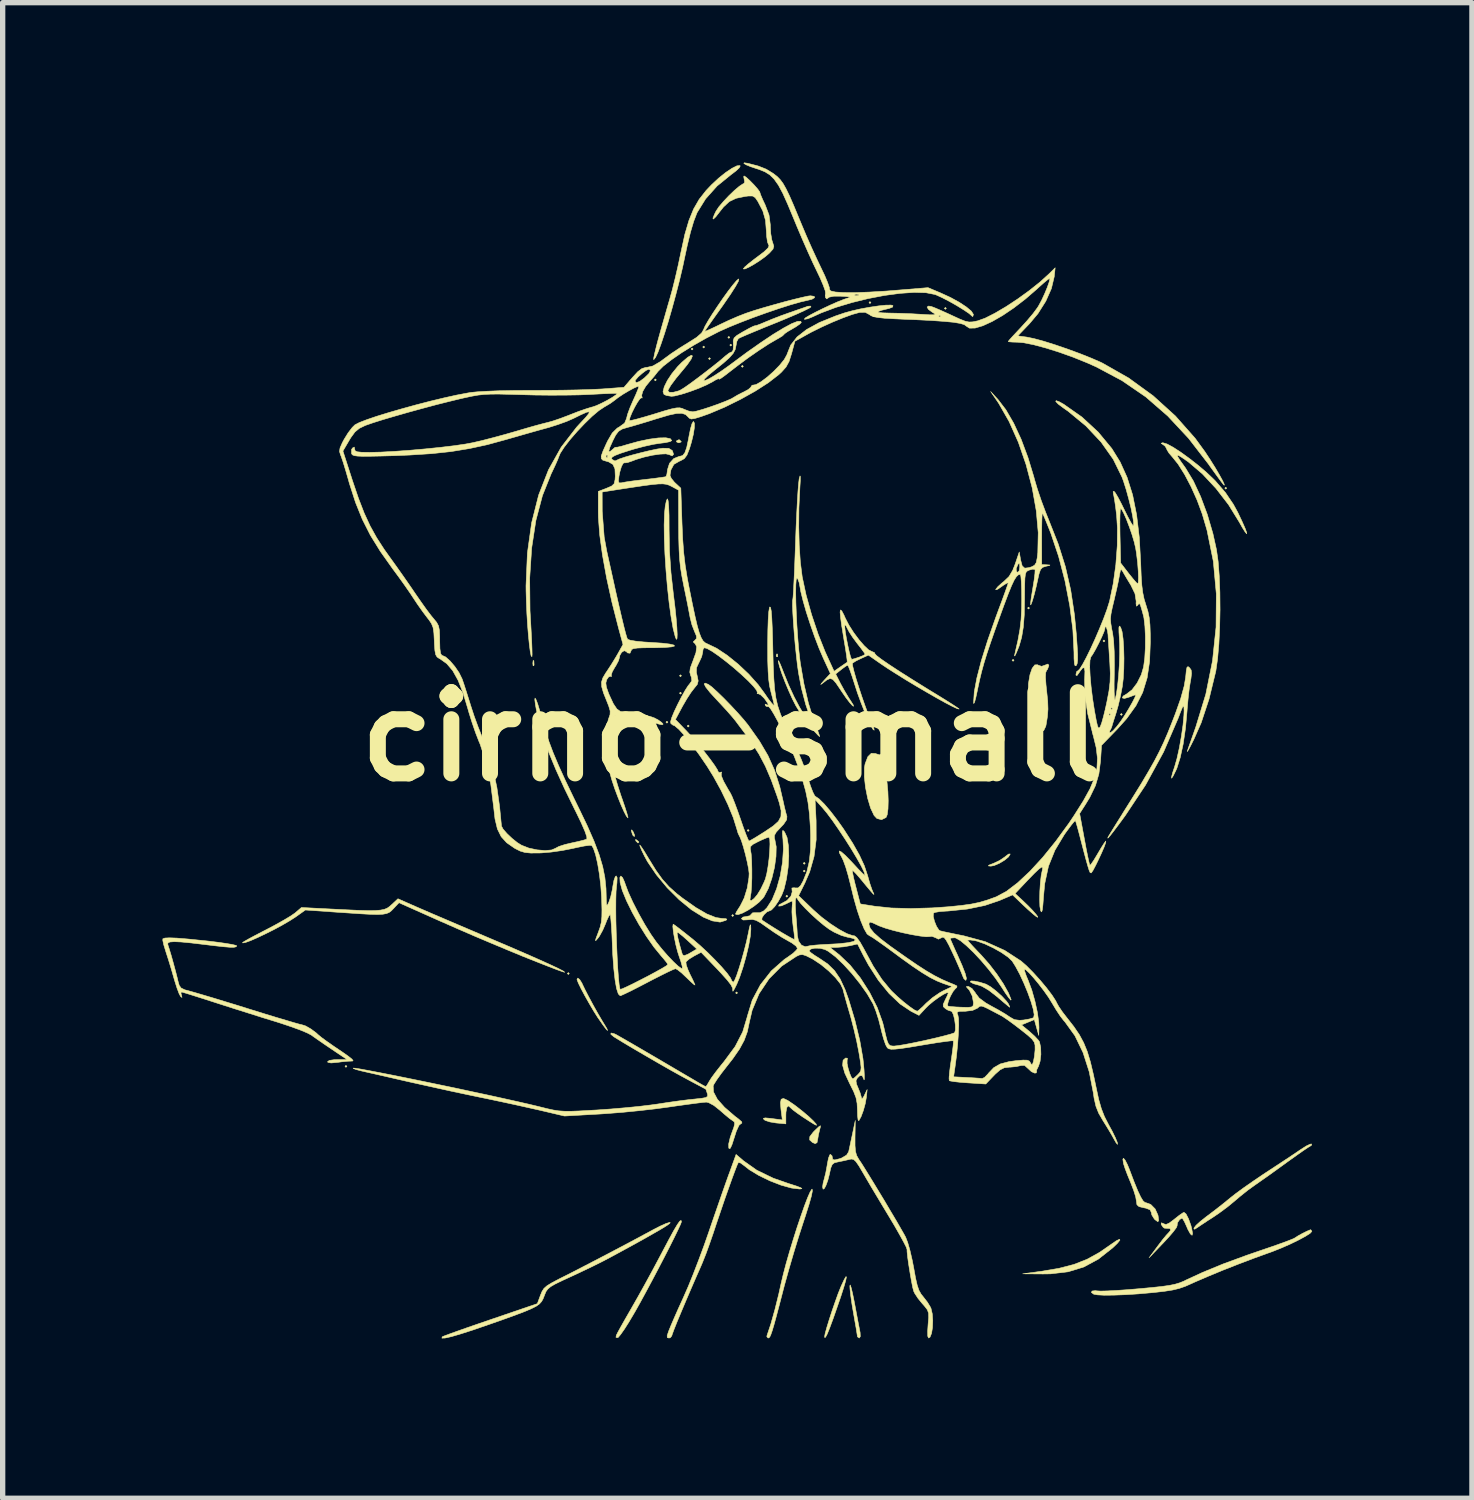
<source format=kicad_pcb>
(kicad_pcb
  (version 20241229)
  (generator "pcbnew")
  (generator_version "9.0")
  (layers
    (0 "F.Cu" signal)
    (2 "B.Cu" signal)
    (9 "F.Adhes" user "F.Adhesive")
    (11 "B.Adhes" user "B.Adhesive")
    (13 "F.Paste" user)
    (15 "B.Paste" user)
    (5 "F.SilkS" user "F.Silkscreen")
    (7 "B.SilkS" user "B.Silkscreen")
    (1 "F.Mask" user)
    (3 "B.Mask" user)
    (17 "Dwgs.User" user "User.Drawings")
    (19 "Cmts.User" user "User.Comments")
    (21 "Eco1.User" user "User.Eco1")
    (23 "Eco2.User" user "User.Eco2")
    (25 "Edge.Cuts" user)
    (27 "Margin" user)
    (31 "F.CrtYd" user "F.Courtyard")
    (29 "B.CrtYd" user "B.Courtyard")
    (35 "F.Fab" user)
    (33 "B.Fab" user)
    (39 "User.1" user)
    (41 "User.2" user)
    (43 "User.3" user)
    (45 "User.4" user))
  (footprint "cirno-small"
    (layer "F.Cu")
    (at 10.681 10.774)
    (property "Reference" "cirno-small" (at 0 0 0) (layer "F.SilkS") (effects (font (size 1.524 1.524) (thickness 0.3))))
    (attr through_hole)
    (fp_poly (pts (xy -7.221 6.187) (xy -7.239 6.205) (xy -7.257 6.187) (xy -7.239 6.169) (xy -7.221 6.187)) (stroke (width 0.01) (type solid)) (fill yes) (layer "F.SilkS"))
    (fp_poly (pts (xy -3.048 4.445) (xy -3.066 4.463) (xy -3.084 4.445) (xy -3.066 4.427) (xy -3.048 4.445)) (stroke (width 0.01) (type solid)) (fill yes) (layer "F.SilkS"))
    (fp_poly (pts (xy -1.415 -6.695) (xy -1.433 -6.677) (xy -1.451 -6.695) (xy -1.433 -6.713) (xy -1.415 -6.695)) (stroke (width 0.01) (type solid)) (fill yes) (layer "F.SilkS"))
    (fp_poly (pts (xy -1.197 -0.272) (xy -1.216 -0.254) (xy -1.234 -0.272) (xy -1.216 -0.29) (xy -1.197 -0.272)) (stroke (width 0.01) (type solid)) (fill yes) (layer "F.SilkS"))
    (fp_poly (pts (xy -0.943 -1.143) (xy -0.962 -1.125) (xy -0.98 -1.143) (xy -0.962 -1.161) (xy -0.943 -1.143)) (stroke (width 0.01) (type solid)) (fill yes) (layer "F.SilkS"))
    (fp_poly (pts (xy -0.943 -0.816) (xy -0.962 -0.798) (xy -0.98 -0.816) (xy -0.962 -0.835) (xy -0.943 -0.816)) (stroke (width 0.01) (type solid)) (fill yes) (layer "F.SilkS"))
    (fp_poly (pts (xy -0.798 -0.2) (xy -0.816 -0.181) (xy -0.835 -0.2) (xy -0.816 -0.218) (xy -0.798 -0.2)) (stroke (width 0.01) (type solid)) (fill yes) (layer "F.SilkS"))
    (fp_poly (pts (xy -0.726 -7.275) (xy -0.744 -7.257) (xy -0.762 -7.275) (xy -0.744 -7.293) (xy -0.726 -7.275)) (stroke (width 0.01) (type solid)) (fill yes) (layer "F.SilkS"))
    (fp_poly (pts (xy -0.508 -7.312) (xy -0.526 -7.293) (xy -0.544 -7.312) (xy -0.526 -7.33) (xy -0.508 -7.312)) (stroke (width 0.01) (type solid)) (fill yes) (layer "F.SilkS"))
    (fp_poly (pts (xy -0.472 0.127) (xy -0.49 0.145) (xy -0.508 0.127) (xy -0.49 0.109) (xy -0.472 0.127)) (stroke (width 0.01) (type solid)) (fill yes) (layer "F.SilkS"))
    (fp_poly (pts (xy -0.399 -7.094) (xy -0.417 -7.076) (xy -0.435 -7.094) (xy -0.417 -7.112) (xy -0.399 -7.094)) (stroke (width 0.01) (type solid)) (fill yes) (layer "F.SilkS"))
    (fp_poly (pts (xy -0.036 -7.493) (xy -0.054 -7.475) (xy -0.073 -7.493) (xy -0.054 -7.511) (xy -0.036 -7.493)) (stroke (width 0.01) (type solid)) (fill yes) (layer "F.SilkS"))
    (fp_poly (pts (xy 0 -7.348) (xy -0.018 -7.33) (xy -0.036 -7.348) (xy -0.018 -7.366) (xy 0 -7.348)) (stroke (width 0.01) (type solid)) (fill yes) (layer "F.SilkS"))
    (fp_poly (pts (xy 0.036 3.356) (xy 0.018 3.375) (xy 0 3.356) (xy 0.018 3.338) (xy 0.036 3.356)) (stroke (width 0.01) (type solid)) (fill yes) (layer "F.SilkS"))
    (fp_poly (pts (xy 0.109 4.808) (xy 0.091 4.826) (xy 0.073 4.808) (xy 0.091 4.79) (xy 0.109 4.808)) (stroke (width 0.01) (type solid)) (fill yes) (layer "F.SilkS"))
    (fp_poly (pts (xy 0.218 -6.949) (xy 0.2 -6.931) (xy 0.181 -6.949) (xy 0.2 -6.967) (xy 0.218 -6.949)) (stroke (width 0.01) (type solid)) (fill yes) (layer "F.SilkS"))
    (fp_poly (pts (xy 0.327 1.76) (xy 0.308 1.778) (xy 0.29 1.76) (xy 0.308 1.742) (xy 0.327 1.76)) (stroke (width 0.01) (type solid)) (fill yes) (layer "F.SilkS"))
    (fp_poly (pts (xy 1.052 2.994) (xy 1.034 3.012) (xy 1.016 2.994) (xy 1.034 2.975) (xy 1.052 2.994)) (stroke (width 0.01) (type solid)) (fill yes) (layer "F.SilkS"))
    (fp_poly (pts (xy 1.379 2.377) (xy 1.361 2.395) (xy 1.343 2.377) (xy 1.361 2.359) (xy 1.379 2.377)) (stroke (width 0.01) (type solid)) (fill yes) (layer "F.SilkS"))
    (fp_poly (pts (xy 1.379 2.522) (xy 1.361 2.54) (xy 1.343 2.522) (xy 1.361 2.504) (xy 1.379 2.522)) (stroke (width 0.01) (type solid)) (fill yes) (layer "F.SilkS"))
    (fp_poly (pts (xy 2.613 -8.146) (xy 2.594 -8.128) (xy 2.576 -8.146) (xy 2.594 -8.164) (xy 2.613 -8.146)) (stroke (width 0.01) (type solid)) (fill yes) (layer "F.SilkS"))
    (fp_poly (pts (xy 4.028 -8.037) (xy 4.01 -8.019) (xy 3.991 -8.037) (xy 4.01 -8.055) (xy 4.028 -8.037)) (stroke (width 0.01) (type solid)) (fill yes) (layer "F.SilkS"))
    (fp_poly (pts (xy 5.298 -1.433) (xy 5.28 -1.415) (xy 5.261 -1.433) (xy 5.28 -1.451) (xy 5.298 -1.433)) (stroke (width 0.01) (type solid)) (fill yes) (layer "F.SilkS"))
    (fp_poly (pts (xy 5.588 -2.413) (xy 5.57 -2.395) (xy 5.552 -2.413) (xy 5.57 -2.431) (xy 5.588 -2.413)) (stroke (width 0.01) (type solid)) (fill yes) (layer "F.SilkS"))
    (fp_poly (pts (xy 7.003 -1.796) (xy 6.985 -1.778) (xy 6.967 -1.796) (xy 6.985 -1.814) (xy 7.003 -1.796)) (stroke (width 0.01) (type solid)) (fill yes) (layer "F.SilkS"))
    (fp_poly (pts (xy 7.33 -0.417) (xy 7.312 -0.399) (xy 7.293 -0.417) (xy 7.312 -0.435) (xy 7.33 -0.417)) (stroke (width 0.01) (type solid)) (fill yes) (layer "F.SilkS"))
    (fp_poly (pts (xy 9.289 -4.663) (xy 9.271 -4.645) (xy 9.253 -4.663) (xy 9.271 -4.681) (xy 9.289 -4.663)) (stroke (width 0.01) (type solid)) (fill yes) (layer "F.SilkS"))
    (fp_poly (pts (xy -3.713 -1.424) (xy -3.709 -1.35) (xy -3.713 -1.333) (xy -3.727 -1.329) (xy -3.732 -1.379) (xy -3.726 -1.43) (xy -3.713 -1.424)) (stroke (width 0.01) (type solid)) (fill yes) (layer "F.SilkS"))
    (fp_poly (pts (xy 0.859 -1.548) (xy 0.863 -1.505) (xy 0.859 -1.5) (xy 0.837 -1.505) (xy 0.835 -1.524) (xy 0.848 -1.554) (xy 0.859 -1.548)) (stroke (width 0.01) (type solid)) (fill yes) (layer "F.SilkS"))
    (fp_poly (pts (xy -1.846 1.79) (xy -1.822 1.85) (xy -1.825 1.873) (xy -1.849 1.86) (xy -1.864 1.831) (xy -1.885 1.762) (xy -1.876 1.748) (xy -1.846 1.79)) (stroke (width 0.01) (type solid)) (fill yes) (layer "F.SilkS"))
    (fp_poly (pts (xy -1.784 1.938) (xy -1.745 1.972) (xy -1.742 1.98) (xy -1.759 1.995) (xy -1.795 1.961) (xy -1.8 1.954) (xy -1.804 1.929) (xy -1.784 1.938)) (stroke (width 0.01) (type solid)) (fill yes) (layer "F.SilkS"))
    (fp_poly (pts (xy -0.977 -5.568) (xy -0.945 -5.533) (xy -0.982 -5.516) (xy -1 -5.515) (xy -1.037 -5.533) (xy -1.034 -5.552) (xy -0.99 -5.573) (xy -0.977 -5.568)) (stroke (width 0.01) (type solid)) (fill yes) (layer "F.SilkS"))
    (fp_poly (pts (xy 1.663 7.33) (xy 1.653 7.366) (xy 1.628 7.471) (xy 1.617 7.538) (xy 1.601 7.619) (xy 1.566 7.637) (xy 1.515 7.615) (xy 1.462 7.567) (xy 1.466 7.505) (xy 1.531 7.42) (xy 1.567 7.384) (xy 1.636 7.319) (xy 1.665 7.301) (xy 1.663 7.33)) (stroke (width 0.01) (type solid)) (fill yes) (layer "F.SilkS"))
    (fp_poly (pts (xy 5.225 2.206) (xy 5.195 2.256) (xy 5.12 2.318) (xy 5.022 2.377) (xy 4.925 2.418) (xy 4.863 2.43) (xy 4.816 2.425) (xy 4.829 2.41) (xy 4.906 2.38) (xy 4.911 2.378) (xy 5.027 2.324) (xy 5.127 2.256) (xy 5.138 2.246) (xy 5.196 2.203) (xy 5.224 2.201) (xy 5.225 2.206)) (stroke (width 0.01) (type solid)) (fill yes) (layer "F.SilkS"))
    (fp_poly (pts (xy -1.696 -0.421) (xy -1.593 -0.394) (xy -1.523 -0.377) (xy -1.452 -0.352) (xy -1.377 -0.312) (xy -1.317 -0.269) (xy -1.287 -0.236) (xy -1.304 -0.223) (xy -1.306 -0.223) (xy -1.368 -0.236) (xy -1.473 -0.266) (xy -1.569 -0.297) (xy -1.679 -0.34) (xy -1.755 -0.381) (xy -1.778 -0.406) (xy -1.749 -0.427) (xy -1.696 -0.421)) (stroke (width 0.01) (type solid)) (fill yes) (layer "F.SilkS"))
    (fp_poly (pts (xy 7.285 9.448) (xy 7.236 9.509) (xy 7.15 9.592) (xy 6.881 9.804) (xy 6.607 9.952) (xy 6.313 10.042) (xy 5.982 10.081) (xy 5.842 10.083) (xy 5.461 10.08) (xy 5.807 10.033) (xy 6.141 9.977) (xy 6.422 9.904) (xy 6.669 9.807) (xy 6.902 9.678) (xy 7.103 9.539) (xy 7.217 9.46) (xy 7.278 9.431) (xy 7.285 9.448)) (stroke (width 0.01) (type solid)) (fill yes) (layer "F.SilkS"))
    (fp_poly (pts (xy 2.153 10.14) (xy 2.139 10.208) (xy 2.103 10.333) (xy 2.045 10.513) (xy 1.993 10.664) (xy 1.907 10.911) (xy 1.84 11.092) (xy 1.792 11.211) (xy 1.76 11.271) (xy 1.745 11.275) (xy 1.743 11.258) (xy 1.754 11.198) (xy 1.785 11.086) (xy 1.83 10.939) (xy 1.884 10.773) (xy 1.942 10.606) (xy 1.997 10.452) (xy 2.046 10.33) (xy 2.055 10.309) (xy 2.111 10.188) (xy 2.144 10.132) (xy 2.153 10.14)) (stroke (width 0.01) (type solid)) (fill yes) (layer "F.SilkS"))
    (fp_poly (pts (xy 2.241 10.338) (xy 2.266 10.44) (xy 2.296 10.586) (xy 2.305 10.632) (xy 2.339 10.814) (xy 2.37 10.978) (xy 2.395 11.107) (xy 2.41 11.183) (xy 2.41 11.185) (xy 2.413 11.257) (xy 2.394 11.285) (xy 2.359 11.261) (xy 2.359 11.255) (xy 2.352 11.209) (xy 2.336 11.107) (xy 2.311 10.966) (xy 2.287 10.828) (xy 2.257 10.653) (xy 2.234 10.491) (xy 2.22 10.364) (xy 2.217 10.305) (xy 2.224 10.29) (xy 2.241 10.338)) (stroke (width 0.01) (type solid)) (fill yes) (layer "F.SilkS"))
    (fp_poly (pts (xy 4.556 4.587) (xy 4.654 4.608) (xy 4.765 4.642) (xy 4.779 4.648) (xy 4.86 4.695) (xy 4.966 4.777) (xy 5.073 4.874) (xy 5.158 4.966) (xy 5.192 5.013) (xy 5.216 5.066) (xy 5.217 5.078) (xy 5.187 5.055) (xy 5.116 4.996) (xy 5.017 4.912) (xy 4.98 4.88) (xy 4.827 4.761) (xy 4.696 4.684) (xy 4.626 4.66) (xy 4.535 4.635) (xy 4.48 4.604) (xy 4.476 4.6) (xy 4.491 4.584) (xy 4.556 4.587)) (stroke (width 0.01) (type solid)) (fill yes) (layer "F.SilkS"))
    (fp_poly (pts (xy -2.853 4.558) (xy -2.811 4.625) (xy -2.798 4.654) (xy -2.751 4.751) (xy -2.679 4.89) (xy -2.594 5.048) (xy -2.505 5.206) (xy -2.426 5.341) (xy -2.38 5.416) (xy -2.34 5.483) (xy -2.33 5.515) (xy -2.331 5.515) (xy -2.358 5.487) (xy -2.414 5.413) (xy -2.488 5.306) (xy -2.513 5.271) (xy -2.59 5.149) (xy -2.673 5.008) (xy -2.755 4.863) (xy -2.826 4.73) (xy -2.878 4.624) (xy -2.902 4.561) (xy -2.903 4.555) (xy -2.888 4.53) (xy -2.853 4.558)) (stroke (width 0.01) (type solid)) (fill yes) (layer "F.SilkS"))
    (fp_poly (pts (xy -1.193 -4.427) (xy -1.183 -4.324) (xy -1.176 -4.156) (xy -1.175 -3.924) (xy -1.175 -3.892) (xy -1.168 -3.486) (xy -1.14 -3.079) (xy -1.095 -2.679) (xy -1.065 -2.436) (xy -1.043 -2.224) (xy -1.029 -2.05) (xy -1.023 -1.921) (xy -1.026 -1.843) (xy -1.038 -1.825) (xy -1.058 -1.869) (xy -1.1 -2.033) (xy -1.139 -2.255) (xy -1.175 -2.519) (xy -1.207 -2.812) (xy -1.233 -3.118) (xy -1.253 -3.424) (xy -1.265 -3.714) (xy -1.268 -3.974) (xy -1.261 -4.19) (xy -1.247 -4.327) (xy -1.225 -4.43) (xy -1.207 -4.463) (xy -1.193 -4.427)) (stroke (width 0.01) (type solid)) (fill yes) (layer "F.SilkS"))
    (fp_poly (pts (xy -1.701 2.061) (xy -1.649 2.138) (xy -1.581 2.25) (xy -1.554 2.295) (xy -1.422 2.509) (xy -1.302 2.676) (xy -1.178 2.815) (xy -1.034 2.944) (xy -0.921 3.032) (xy -0.673 3.207) (xy -0.467 3.327) (xy -0.298 3.394) (xy -0.185 3.411) (xy -0.105 3.416) (xy -0.091 3.432) (xy -0.109 3.447) (xy -0.218 3.48) (xy -0.364 3.457) (xy -0.534 3.386) (xy -0.754 3.249) (xy -0.984 3.061) (xy -1.209 2.837) (xy -1.412 2.593) (xy -1.58 2.346) (xy -1.637 2.241) (xy -1.689 2.134) (xy -1.72 2.059) (xy -1.726 2.032) (xy -1.701 2.061)) (stroke (width 0.01) (type solid)) (fill yes) (layer "F.SilkS"))
    (fp_poly (pts (xy 2.902 0.291) (xy 2.89 0.381) (xy 2.871 0.429) (xy 2.862 0.49) (xy 2.87 0.599) (xy 2.889 0.701) (xy 2.915 0.86) (xy 2.931 1.034) (xy 2.937 1.204) (xy 2.933 1.354) (xy 2.918 1.465) (xy 2.896 1.517) (xy 2.812 1.558) (xy 2.725 1.535) (xy 2.672 1.479) (xy 2.606 1.339) (xy 2.551 1.155) (xy 2.511 0.953) (xy 2.489 0.755) (xy 2.49 0.586) (xy 2.503 0.511) (xy 2.555 0.376) (xy 2.62 0.312) (xy 2.702 0.317) (xy 2.717 0.324) (xy 2.779 0.342) (xy 2.83 0.305) (xy 2.846 0.282) (xy 2.903 0.202) (xy 2.902 0.291)) (stroke (width 0.01) (type solid)) (fill yes) (layer "F.SilkS"))
    (fp_poly (pts (xy 5.951 -1.338) (xy 5.951 -1.333) (xy 5.927 -1.265) (xy 5.91 -1.244) (xy 5.892 -1.201) (xy 5.888 -1.114) (xy 5.898 -0.972) (xy 5.91 -0.86) (xy 5.93 -0.667) (xy 5.935 -0.517) (xy 5.925 -0.379) (xy 5.9 -0.225) (xy 5.894 -0.195) (xy 5.855 -0.114) (xy 5.791 -0.097) (xy 5.724 -0.146) (xy 5.714 -0.159) (xy 5.662 -0.275) (xy 5.617 -0.44) (xy 5.584 -0.629) (xy 5.566 -0.819) (xy 5.568 -0.985) (xy 5.569 -0.998) (xy 5.597 -1.163) (xy 5.638 -1.282) (xy 5.688 -1.347) (xy 5.742 -1.349) (xy 5.751 -1.342) (xy 5.815 -1.32) (xy 5.876 -1.341) (xy 5.934 -1.363) (xy 5.951 -1.338)) (stroke (width 0.01) (type solid)) (fill yes) (layer "F.SilkS"))
    (fp_poly (pts (xy -0.943 9.103) (xy -0.96 9.15) (xy -1.006 9.25) (xy -1.076 9.394) (xy -1.165 9.572) (xy -1.268 9.773) (xy -1.38 9.988) (xy -1.495 10.206) (xy -1.608 10.417) (xy -1.714 10.612) (xy -1.808 10.78) (xy -1.836 10.828) (xy -1.931 10.988) (xy -2.017 11.123) (xy -2.087 11.222) (xy -2.131 11.274) (xy -2.138 11.278) (xy -2.172 11.273) (xy -2.165 11.233) (xy -2.139 11.181) (xy -2.083 11.079) (xy -2.005 10.941) (xy -1.912 10.779) (xy -1.873 10.711) (xy -1.759 10.511) (xy -1.626 10.272) (xy -1.487 10.017) (xy -1.357 9.773) (xy -1.307 9.679) (xy -1.184 9.446) (xy -1.09 9.273) (xy -1.021 9.157) (xy -0.976 9.093) (xy -0.951 9.077) (xy -0.943 9.103)) (stroke (width 0.01) (type solid)) (fill yes) (layer "F.SilkS"))
    (fp_poly (pts (xy 1.051 6.826) (xy 1.176 6.911) (xy 1.221 6.945) (xy 1.34 7.039) (xy 1.448 7.131) (xy 1.533 7.212) (xy 1.584 7.269) (xy 1.591 7.293) (xy 1.589 7.293) (xy 1.551 7.275) (xy 1.47 7.225) (xy 1.362 7.155) (xy 1.347 7.146) (xy 1.236 7.069) (xy 1.15 7.005) (xy 1.106 6.966) (xy 1.105 6.964) (xy 1.065 6.928) (xy 1.034 6.958) (xy 1.018 7.047) (xy 1.016 7.098) (xy 1.016 7.266) (xy 0.832 7.249) (xy 0.718 7.23) (xy 0.631 7.202) (xy 0.606 7.186) (xy 0.594 7.162) (xy 0.631 7.154) (xy 0.726 7.163) (xy 0.756 7.167) (xy 0.95 7.192) (xy 0.924 6.989) (xy 0.915 6.87) (xy 0.928 6.804) (xy 0.971 6.789) (xy 1.051 6.826)) (stroke (width 0.01) (type solid)) (fill yes) (layer "F.SilkS"))
    (fp_poly (pts (xy 1.514 8.524) (xy 1.495 8.621) (xy 1.451 8.777) (xy 1.384 8.99) (xy 1.342 9.117) (xy 1.257 9.38) (xy 1.164 9.683) (xy 1.073 9.995) (xy 0.992 10.285) (xy 0.963 10.396) (xy 0.892 10.67) (xy 0.836 10.881) (xy 0.793 11.038) (xy 0.76 11.148) (xy 0.735 11.22) (xy 0.716 11.262) (xy 0.699 11.281) (xy 0.683 11.285) (xy 0.659 11.259) (xy 0.662 11.239) (xy 0.734 11.023) (xy 0.81 10.754) (xy 0.885 10.451) (xy 0.925 10.269) (xy 0.967 10.092) (xy 1.021 9.887) (xy 1.085 9.664) (xy 1.155 9.434) (xy 1.227 9.207) (xy 1.299 8.994) (xy 1.365 8.806) (xy 1.424 8.652) (xy 1.471 8.545) (xy 1.503 8.494) (xy 1.509 8.491) (xy 1.514 8.524)) (stroke (width 0.01) (type solid)) (fill yes) (layer "F.SilkS"))
    (fp_poly (pts (xy 7.382 7.946) (xy 7.425 8.029) (xy 7.462 8.119) (xy 7.55 8.351) (xy 7.62 8.522) (xy 7.675 8.638) (xy 7.718 8.709) (xy 7.754 8.741) (xy 7.77 8.744) (xy 7.863 8.778) (xy 7.946 8.862) (xy 7.998 8.977) (xy 8.001 8.99) (xy 8.013 9.079) (xy 7.997 9.103) (xy 7.948 9.067) (xy 7.931 9.051) (xy 7.884 8.976) (xy 7.874 8.928) (xy 7.851 8.879) (xy 7.772 8.848) (xy 7.735 8.841) (xy 7.644 8.819) (xy 7.604 8.783) (xy 7.595 8.718) (xy 7.581 8.636) (xy 7.543 8.514) (xy 7.49 8.376) (xy 7.485 8.364) (xy 7.428 8.226) (xy 7.381 8.101) (xy 7.353 8.014) (xy 7.352 8.01) (xy 7.34 7.93) (xy 7.352 7.911) (xy 7.382 7.946)) (stroke (width 0.01) (type solid)) (fill yes) (layer "F.SilkS"))
    (fp_poly (pts (xy 8.527 8.959) (xy 8.572 9.047) (xy 8.617 9.172) (xy 8.631 9.226) (xy 8.649 9.323) (xy 8.639 9.357) (xy 8.607 9.331) (xy 8.56 9.246) (xy 8.54 9.199) (xy 8.497 9.104) (xy 8.462 9.045) (xy 8.45 9.035) (xy 8.405 9.062) (xy 8.366 9.12) (xy 8.358 9.171) (xy 8.36 9.174) (xy 8.345 9.212) (xy 8.288 9.289) (xy 8.198 9.394) (xy 8.106 9.493) (xy 7.832 9.779) (xy 7.999 9.554) (xy 8.083 9.443) (xy 8.154 9.357) (xy 8.198 9.31) (xy 8.201 9.307) (xy 8.235 9.265) (xy 8.225 9.229) (xy 8.187 9.228) (xy 8.12 9.223) (xy 8.096 9.206) (xy 8.06 9.154) (xy 8.062 9.123) (xy 8.098 9.135) (xy 8.105 9.14) (xy 8.148 9.155) (xy 8.209 9.129) (xy 8.304 9.058) (xy 8.308 9.054) (xy 8.398 8.983) (xy 8.465 8.937) (xy 8.488 8.926) (xy 8.527 8.959)) (stroke (width 0.01) (type solid)) (fill yes) (layer "F.SilkS"))
    (fp_poly (pts (xy 10.876 7.673) (xy 10.859 7.682) (xy 10.814 7.709) (xy 10.723 7.77) (xy 10.598 7.858) (xy 10.451 7.963) (xy 10.405 7.996) (xy 10.237 8.118) (xy 10.073 8.236) (xy 9.929 8.337) (xy 9.825 8.41) (xy 9.815 8.417) (xy 9.686 8.51) (xy 9.542 8.625) (xy 9.448 8.705) (xy 9.31 8.819) (xy 9.151 8.937) (xy 9.049 9.007) (xy 8.926 9.086) (xy 8.816 9.159) (xy 8.748 9.205) (xy 8.689 9.243) (xy 8.673 9.235) (xy 8.678 9.216) (xy 8.714 9.17) (xy 8.794 9.097) (xy 8.902 9.011) (xy 8.929 8.991) (xy 9.077 8.879) (xy 9.236 8.754) (xy 9.362 8.651) (xy 9.465 8.57) (xy 9.613 8.462) (xy 9.788 8.34) (xy 9.971 8.216) (xy 10.033 8.175) (xy 10.213 8.057) (xy 10.388 7.942) (xy 10.54 7.841) (xy 10.654 7.764) (xy 10.684 7.744) (xy 10.781 7.682) (xy 10.855 7.647) (xy 10.883 7.644) (xy 10.876 7.673)) (stroke (width 0.01) (type solid)) (fill yes) (layer "F.SilkS"))
    (fp_poly (pts (xy 0.16 -10.71) (xy 0.142 -10.675) (xy 0.078 -10.615) (xy -0.017 -10.543) (xy -0.275 -10.333) (xy -0.49 -10.092) (xy -0.648 -9.837) (xy -0.655 -9.822) (xy -0.712 -9.674) (xy -0.773 -9.469) (xy -0.833 -9.223) (xy -0.87 -9.052) (xy -0.921 -8.811) (xy -0.982 -8.554) (xy -1.05 -8.291) (xy -1.121 -8.031) (xy -1.192 -7.784) (xy -1.262 -7.56) (xy -1.327 -7.367) (xy -1.383 -7.216) (xy -1.43 -7.116) (xy -1.462 -7.076) (xy -1.465 -7.076) (xy -1.463 -7.108) (xy -1.445 -7.196) (xy -1.413 -7.326) (xy -1.381 -7.448) (xy -1.323 -7.656) (xy -1.255 -7.893) (xy -1.19 -8.12) (xy -1.166 -8.201) (xy -1.115 -8.385) (xy -1.058 -8.613) (xy -1.002 -8.857) (xy -0.953 -9.09) (xy -0.948 -9.112) (xy -0.879 -9.428) (xy -0.803 -9.686) (xy -0.716 -9.9) (xy -0.61 -10.084) (xy -0.479 -10.251) (xy -0.379 -10.356) (xy -0.246 -10.48) (xy -0.114 -10.586) (xy 0.004 -10.665) (xy 0.097 -10.712) (xy 0.152 -10.717) (xy 0.16 -10.71)) (stroke (width 0.01) (type solid)) (fill yes) (layer "F.SilkS"))
    (fp_poly (pts (xy 10.886 9.28) (xy 10.886 9.285) (xy 10.854 9.32) (xy 10.768 9.375) (xy 10.641 9.444) (xy 10.487 9.519) (xy 10.317 9.594) (xy 10.147 9.662) (xy 10.06 9.693) (xy 9.795 9.789) (xy 9.505 9.899) (xy 9.21 10.015) (xy 8.933 10.13) (xy 8.696 10.232) (xy 8.639 10.258) (xy 8.513 10.314) (xy 8.398 10.354) (xy 8.274 10.384) (xy 8.121 10.408) (xy 7.919 10.431) (xy 7.874 10.435) (xy 7.626 10.457) (xy 7.388 10.472) (xy 7.173 10.48) (xy 6.993 10.482) (xy 6.862 10.475) (xy 6.795 10.463) (xy 6.749 10.429) (xy 6.763 10.403) (xy 6.825 10.396) (xy 6.853 10.4) (xy 6.921 10.404) (xy 7.048 10.401) (xy 7.22 10.392) (xy 7.424 10.378) (xy 7.64 10.36) (xy 7.887 10.337) (xy 8.074 10.317) (xy 8.215 10.297) (xy 8.321 10.275) (xy 8.407 10.249) (xy 8.486 10.217) (xy 8.525 10.197) (xy 8.842 10.051) (xy 9.224 9.894) (xy 9.668 9.731) (xy 9.953 9.633) (xy 10.147 9.567) (xy 10.318 9.506) (xy 10.454 9.456) (xy 10.543 9.42) (xy 10.569 9.406) (xy 10.629 9.367) (xy 10.716 9.319) (xy 10.802 9.277) (xy 10.859 9.254) (xy 10.866 9.253) (xy 10.886 9.28)) (stroke (width 0.01) (type solid)) (fill yes) (layer "F.SilkS"))
    (fp_poly (pts (xy -1.155 9.116) (xy -1.161 9.132) (xy -1.213 9.171) (xy -1.314 9.234) (xy -1.468 9.323) (xy -1.676 9.441) (xy -1.943 9.588) (xy -2.265 9.763) (xy -2.413 9.841) (xy -2.603 9.936) (xy -2.81 10.035) (xy -3.006 10.127) (xy -3.187 10.21) (xy -3.314 10.272) (xy -3.398 10.321) (xy -3.451 10.366) (xy -3.485 10.413) (xy -3.51 10.473) (xy -3.517 10.492) (xy -3.54 10.55) (xy -3.567 10.599) (xy -3.606 10.643) (xy -3.665 10.686) (xy -3.753 10.731) (xy -3.876 10.784) (xy -4.044 10.848) (xy -4.264 10.928) (xy -4.545 11.027) (xy -4.552 11.029) (xy -4.841 11.129) (xy -5.077 11.205) (xy -5.257 11.258) (xy -5.378 11.285) (xy -5.438 11.287) (xy -5.433 11.263) (xy -5.395 11.246) (xy -5.296 11.209) (xy -5.148 11.156) (xy -4.959 11.089) (xy -4.739 11.013) (xy -4.529 10.941) (xy -3.647 10.64) (xy -3.589 10.482) (xy -3.559 10.41) (xy -3.523 10.354) (xy -3.466 10.304) (xy -3.374 10.248) (xy -3.236 10.175) (xy -3.172 10.143) (xy -2.976 10.044) (xy -2.734 9.919) (xy -2.461 9.777) (xy -2.175 9.627) (xy -1.893 9.478) (xy -1.632 9.338) (xy -1.471 9.251) (xy -1.342 9.185) (xy -1.235 9.137) (xy -1.167 9.116) (xy -1.155 9.116)) (stroke (width 0.01) (type solid)) (fill yes) (layer "F.SilkS"))
    (fp_poly (pts (xy 8.592 -1.293) (xy 8.622 -1.25) (xy 8.629 -1.188) (xy 8.617 -1.085) (xy 8.606 -1.027) (xy 8.585 -0.892) (xy 8.565 -0.715) (xy 8.548 -0.53) (xy 8.544 -0.472) (xy 8.515 -0.154) (xy 8.472 0.138) (xy 8.417 0.391) (xy 8.355 0.589) (xy 8.339 0.626) (xy 8.285 0.736) (xy 8.256 0.78) (xy 8.253 0.759) (xy 8.275 0.674) (xy 8.311 0.566) (xy 8.355 0.413) (xy 8.399 0.215) (xy 8.438 -0.004) (xy 8.469 -0.219) (xy 8.486 -0.403) (xy 8.489 -0.49) (xy 8.486 -0.556) (xy 8.478 -0.579) (xy 8.459 -0.552) (xy 8.425 -0.47) (xy 8.378 -0.346) (xy 8.105 0.286) (xy 7.766 0.907) (xy 7.385 1.481) (xy 7.263 1.647) (xy 7.165 1.777) (xy 7.096 1.865) (xy 7.059 1.905) (xy 7.059 1.892) (xy 7.061 1.887) (xy 7.091 1.837) (xy 7.151 1.739) (xy 7.233 1.607) (xy 7.329 1.454) (xy 7.341 1.433) (xy 7.534 1.126) (xy 7.693 0.869) (xy 7.823 0.649) (xy 7.932 0.457) (xy 8.024 0.28) (xy 8.106 0.108) (xy 8.183 -0.07) (xy 8.262 -0.267) (xy 8.327 -0.435) (xy 8.426 -0.716) (xy 8.491 -0.95) (xy 8.519 -1.118) (xy 8.531 -1.241) (xy 8.544 -1.302) (xy 8.564 -1.315) (xy 8.592 -1.293)) (stroke (width 0.01) (type solid)) (fill yes) (layer "F.SilkS"))
    (fp_poly (pts (xy 0.222 7.96) (xy 0.471 8.136) (xy 0.778 8.285) (xy 1.07 8.387) (xy 1.217 8.434) (xy 1.298 8.465) (xy 1.317 8.482) (xy 1.279 8.489) (xy 1.276 8.489) (xy 1.12 8.47) (xy 0.926 8.416) (xy 0.717 8.335) (xy 0.512 8.236) (xy 0.333 8.128) (xy 0.227 8.045) (xy 0.164 7.999) (xy 0.124 7.991) (xy 0.124 7.992) (xy 0.104 8.034) (xy 0.065 8.134) (xy 0.01 8.282) (xy -0.056 8.467) (xy -0.131 8.679) (xy -0.209 8.908) (xy -0.289 9.143) (xy -0.349 9.325) (xy -0.414 9.512) (xy -0.483 9.703) (xy -0.549 9.869) (xy -0.58 9.942) (xy -0.678 10.164) (xy -0.776 10.39) (xy -0.87 10.61) (xy -0.955 10.812) (xy -1.028 10.987) (xy -1.083 11.125) (xy -1.116 11.215) (xy -1.125 11.245) (xy -1.154 11.28) (xy -1.179 11.285) (xy -1.209 11.276) (xy -1.211 11.239) (xy -1.183 11.156) (xy -1.173 11.131) (xy -1.136 11.041) (xy -1.076 10.902) (xy -1.001 10.732) (xy -0.917 10.548) (xy -0.898 10.505) (xy -0.815 10.316) (xy -0.719 10.079) (xy -0.617 9.814) (xy -0.517 9.544) (xy -0.434 9.307) (xy -0.35 9.061) (xy -0.263 8.81) (xy -0.181 8.573) (xy -0.109 8.369) (xy -0.054 8.214) (xy -0.052 8.211) (xy 0.082 7.84) (xy 0.222 7.96)) (stroke (width 0.01) (type solid)) (fill yes) (layer "F.SilkS"))
    (fp_poly (pts (xy 0.271 -10.498) (xy 0.338 -10.437) (xy 0.415 -10.359) (xy 0.483 -10.282) (xy 0.524 -10.226) (xy 0.528 -10.214) (xy 0.544 -10.165) (xy 0.584 -10.072) (xy 0.628 -9.979) (xy 0.7 -9.79) (xy 0.725 -9.601) (xy 0.725 -9.572) (xy 0.733 -9.439) (xy 0.753 -9.321) (xy 0.769 -9.271) (xy 0.79 -9.204) (xy 0.775 -9.15) (xy 0.712 -9.08) (xy 0.705 -9.073) (xy 0.627 -9.006) (xy 0.527 -8.934) (xy 0.42 -8.865) (xy 0.322 -8.81) (xy 0.249 -8.777) (xy 0.218 -8.777) (xy 0.218 -8.779) (xy 0.245 -8.814) (xy 0.319 -8.878) (xy 0.425 -8.961) (xy 0.476 -8.999) (xy 0.606 -9.098) (xy 0.679 -9.167) (xy 0.701 -9.211) (xy 0.693 -9.227) (xy 0.671 -9.283) (xy 0.656 -9.386) (xy 0.65 -9.487) (xy 0.634 -9.691) (xy 0.584 -9.865) (xy 0.491 -10.043) (xy 0.441 -10.116) (xy 0.391 -10.146) (xy 0.313 -10.146) (xy 0.255 -10.139) (xy 0.083 -10.103) (xy -0.045 -10.042) (xy -0.154 -9.94) (xy -0.216 -9.862) (xy -0.298 -9.757) (xy -0.344 -9.713) (xy -0.353 -9.729) (xy -0.322 -9.805) (xy -0.294 -9.862) (xy -0.241 -9.942) (xy -0.156 -10.042) (xy -0.054 -10.15) (xy 0.051 -10.251) (xy 0.145 -10.33) (xy 0.212 -10.374) (xy 0.227 -10.378) (xy 0.243 -10.406) (xy 0.236 -10.45) (xy 0.225 -10.508) (xy 0.232 -10.523) (xy 0.271 -10.498)) (stroke (width 0.01) (type solid)) (fill yes) (layer "F.SilkS"))
    (fp_poly (pts (xy -5.916 3.195) (xy -5.789 3.25) (xy -5.609 3.328) (xy -5.386 3.423) (xy -5.136 3.53) (xy -4.87 3.643) (xy -4.608 3.755) (xy -4.226 3.918) (xy -3.897 4.06) (xy -3.624 4.18) (xy -3.409 4.277) (xy -3.254 4.35) (xy -3.162 4.398) (xy -3.134 4.42) (xy -3.139 4.421) (xy -3.182 4.408) (xy -3.282 4.372) (xy -3.428 4.316) (xy -3.612 4.244) (xy -3.821 4.161) (xy -3.919 4.122) (xy -4.19 4.01) (xy -4.503 3.879) (xy -4.832 3.74) (xy -5.152 3.601) (xy -5.438 3.475) (xy -5.453 3.469) (xy -6.244 3.116) (xy -6.348 3.227) (xy -6.388 3.268) (xy -6.427 3.298) (xy -6.477 3.319) (xy -6.546 3.332) (xy -6.643 3.337) (xy -6.779 3.334) (xy -6.962 3.324) (xy -7.202 3.308) (xy -7.384 3.296) (xy -8.001 3.253) (xy -8.182 3.382) (xy -8.292 3.453) (xy -8.431 3.534) (xy -8.586 3.618) (xy -8.746 3.698) (xy -8.897 3.77) (xy -9.027 3.827) (xy -9.124 3.862) (xy -9.175 3.871) (xy -9.18 3.865) (xy -9.15 3.844) (xy -9.066 3.796) (xy -8.941 3.729) (xy -8.787 3.649) (xy -8.74 3.625) (xy -8.566 3.533) (xy -8.407 3.444) (xy -8.277 3.366) (xy -8.194 3.309) (xy -8.187 3.303) (xy -8.074 3.206) (xy -7.547 3.233) (xy -7.248 3.248) (xy -7.011 3.259) (xy -6.83 3.264) (xy -6.693 3.263) (xy -6.593 3.255) (xy -6.52 3.241) (xy -6.466 3.219) (xy -6.421 3.188) (xy -6.383 3.154) (xy -6.263 3.042) (xy -5.916 3.195)) (stroke (width 0.01) (type solid)) (fill yes) (layer "F.SilkS"))
    (fp_poly (pts (xy 8.17 -5.492) (xy 8.285 -5.43) (xy 8.428 -5.337) (xy 8.588 -5.221) (xy 8.752 -5.093) (xy 8.907 -4.961) (xy 9.042 -4.833) (xy 9.072 -4.803) (xy 9.265 -4.58) (xy 9.414 -4.36) (xy 9.497 -4.208) (xy 9.578 -4.037) (xy 9.634 -3.91) (xy 9.663 -3.832) (xy 9.664 -3.807) (xy 9.637 -3.837) (xy 9.581 -3.926) (xy 9.525 -4.026) (xy 9.324 -4.352) (xy 9.088 -4.658) (xy 8.832 -4.932) (xy 8.569 -5.156) (xy 8.446 -5.241) (xy 8.387 -5.276) (xy 8.361 -5.283) (xy 8.37 -5.254) (xy 8.416 -5.181) (xy 8.503 -5.059) (xy 8.517 -5.039) (xy 8.662 -4.8) (xy 8.8 -4.504) (xy 8.925 -4.169) (xy 9.03 -3.811) (xy 9.097 -3.508) (xy 9.128 -3.289) (xy 9.149 -3.016) (xy 9.161 -2.707) (xy 9.164 -2.38) (xy 9.157 -2.052) (xy 9.142 -1.74) (xy 9.118 -1.463) (xy 9.086 -1.238) (xy 9.081 -1.214) (xy 8.957 -0.705) (xy 8.81 -0.261) (xy 8.671 0.054) (xy 8.611 0.173) (xy 8.568 0.252) (xy 8.548 0.281) (xy 8.55 0.272) (xy 8.571 0.209) (xy 8.611 0.096) (xy 8.663 -0.051) (xy 8.709 -0.182) (xy 8.897 -0.797) (xy 9.023 -1.425) (xy 9.089 -2.055) (xy 9.094 -2.68) (xy 9.038 -3.29) (xy 8.919 -3.875) (xy 8.829 -4.181) (xy 8.734 -4.437) (xy 8.621 -4.689) (xy 8.5 -4.919) (xy 8.378 -5.113) (xy 8.272 -5.245) (xy 8.205 -5.323) (xy 8.167 -5.385) (xy 8.164 -5.397) (xy 8.136 -5.448) (xy 8.101 -5.476) (xy 8.059 -5.505) (xy 8.08 -5.514) (xy 8.097 -5.514) (xy 8.17 -5.492)) (stroke (width 0.01) (type solid)) (fill yes) (layer "F.SilkS"))
    (fp_poly (pts (xy 2.314 7.512) (xy 2.314 7.674) (xy 2.323 7.784) (xy 2.345 7.861) (xy 2.383 7.928) (xy 2.384 7.93) (xy 2.438 8.01) (xy 2.519 8.14) (xy 2.622 8.307) (xy 2.738 8.498) (xy 2.86 8.699) (xy 2.978 8.899) (xy 3.087 9.082) (xy 3.177 9.238) (xy 3.242 9.352) (xy 3.264 9.393) (xy 3.303 9.494) (xy 3.346 9.645) (xy 3.387 9.823) (xy 3.416 9.971) (xy 3.45 10.16) (xy 3.481 10.294) (xy 3.513 10.388) (xy 3.553 10.46) (xy 3.597 10.515) (xy 3.673 10.613) (xy 3.729 10.705) (xy 3.74 10.729) (xy 3.764 10.833) (xy 3.773 10.959) (xy 3.768 11.087) (xy 3.75 11.197) (xy 3.721 11.268) (xy 3.695 11.285) (xy 3.679 11.251) (xy 3.677 11.158) (xy 3.685 11.036) (xy 3.696 10.903) (xy 3.694 10.818) (xy 3.671 10.754) (xy 3.62 10.688) (xy 3.58 10.643) (xy 3.498 10.543) (xy 3.436 10.449) (xy 3.417 10.411) (xy 3.397 10.338) (xy 3.373 10.216) (xy 3.347 10.067) (xy 3.322 9.911) (xy 3.302 9.77) (xy 3.291 9.665) (xy 3.29 9.622) (xy 3.274 9.576) (xy 3.225 9.48) (xy 3.15 9.344) (xy 3.056 9.179) (xy 2.963 9.023) (xy 2.84 8.819) (xy 2.716 8.612) (xy 2.602 8.421) (xy 2.509 8.262) (xy 2.467 8.19) (xy 2.388 8.056) (xy 2.332 7.975) (xy 2.289 7.935) (xy 2.248 7.926) (xy 2.213 7.932) (xy 2.112 7.956) (xy 1.999 7.979) (xy 1.928 7.996) (xy 1.886 8.029) (xy 1.858 8.096) (xy 1.833 8.211) (xy 1.804 8.325) (xy 1.77 8.418) (xy 1.739 8.478) (xy 1.715 8.492) (xy 1.705 8.449) (xy 1.716 8.375) (xy 1.739 8.288) (xy 1.765 8.185) (xy 1.789 8.055) (xy 1.796 8.01) (xy 1.816 7.91) (xy 1.84 7.848) (xy 1.853 7.838) (xy 1.883 7.867) (xy 1.887 7.892) (xy 1.896 7.934) (xy 1.935 7.943) (xy 2.019 7.922) (xy 2.063 7.907) (xy 2.156 7.852) (xy 2.195 7.789) (xy 2.211 7.715) (xy 2.236 7.595) (xy 2.266 7.457) (xy 2.319 7.203) (xy 2.314 7.512)) (stroke (width 0.01) (type solid)) (fill yes) (layer "F.SilkS"))
    (fp_poly (pts (xy -10.413 3.78) (xy -10.218 3.796) (xy -9.96 3.822) (xy -9.842 3.834) (xy -9.652 3.857) (xy -9.49 3.88) (xy -9.368 3.901) (xy -9.3 3.918) (xy -9.289 3.925) (xy -9.3 3.943) (xy -9.339 3.952) (xy -9.415 3.952) (xy -9.538 3.942) (xy -9.716 3.922) (xy -9.889 3.901) (xy -10.142 3.871) (xy -10.33 3.853) (xy -10.461 3.847) (xy -10.542 3.853) (xy -10.58 3.871) (xy -10.582 3.901) (xy -10.582 3.902) (xy -10.556 3.981) (xy -10.518 4.107) (xy -10.476 4.257) (xy -10.435 4.409) (xy -10.402 4.538) (xy -10.391 4.586) (xy -10.368 4.668) (xy -10.332 4.717) (xy -10.264 4.75) (xy -10.16 4.778) (xy -10.071 4.803) (xy -9.925 4.846) (xy -9.733 4.903) (xy -9.507 4.972) (xy -9.258 5.048) (xy -9.035 5.118) (xy -8.787 5.195) (xy -8.561 5.264) (xy -8.365 5.322) (xy -8.211 5.368) (xy -8.107 5.397) (xy -8.063 5.407) (xy -7.995 5.429) (xy -7.899 5.484) (xy -7.801 5.556) (xy -7.761 5.593) (xy -7.702 5.642) (xy -7.603 5.715) (xy -7.484 5.798) (xy -7.47 5.808) (xy -7.304 5.92) (xy -7.192 5.999) (xy -7.128 6.05) (xy -7.105 6.078) (xy -7.117 6.088) (xy -7.137 6.088) (xy -7.21 6.091) (xy -7.323 6.102) (xy -7.393 6.112) (xy -7.518 6.123) (xy -7.577 6.112) (xy -7.584 6.099) (xy -7.55 6.075) (xy -7.46 6.062) (xy -7.4 6.06) (xy -7.216 6.06) (xy -7.5 5.869) (xy -7.639 5.775) (xy -7.768 5.686) (xy -7.866 5.617) (xy -7.892 5.598) (xy -7.965 5.56) (xy -8.091 5.507) (xy -8.258 5.446) (xy -8.448 5.382) (xy -8.545 5.351) (xy -8.78 5.279) (xy -9.055 5.192) (xy -9.341 5.102) (xy -9.609 5.016) (xy -9.699 4.987) (xy -9.897 4.923) (xy -10.071 4.868) (xy -10.208 4.825) (xy -10.298 4.798) (xy -10.329 4.79) (xy -10.335 4.817) (xy -10.325 4.853) (xy -10.316 4.894) (xy -10.341 4.877) (xy -10.369 4.825) (xy -10.408 4.722) (xy -10.451 4.587) (xy -10.467 4.532) (xy -10.517 4.359) (xy -10.571 4.183) (xy -10.618 4.037) (xy -10.623 4.02) (xy -10.658 3.907) (xy -10.676 3.824) (xy -10.675 3.793) (xy -10.636 3.779) (xy -10.55 3.775) (xy -10.413 3.78)) (stroke (width 0.01) (type solid)) (fill yes) (layer "F.SilkS"))
    (fp_poly (pts (xy 0.298 -10.76) (xy 0.308 -10.758) (xy 0.499 -10.708) (xy 0.646 -10.65) (xy 0.779 -10.569) (xy 0.796 -10.556) (xy 0.857 -10.508) (xy 0.911 -10.452) (xy 0.964 -10.38) (xy 1.02 -10.281) (xy 1.085 -10.147) (xy 1.163 -9.968) (xy 1.26 -9.734) (xy 1.309 -9.616) (xy 1.399 -9.403) (xy 1.5 -9.174) (xy 1.6 -8.957) (xy 1.674 -8.802) (xy 1.745 -8.653) (xy 1.799 -8.524) (xy 1.831 -8.432) (xy 1.835 -8.394) (xy 1.857 -8.364) (xy 1.947 -8.344) (xy 2.1 -8.334) (xy 2.313 -8.333) (xy 2.582 -8.343) (xy 2.902 -8.362) (xy 3.175 -8.384) (xy 3.684 -8.426) (xy 3.917 -8.328) (xy 4.103 -8.243) (xy 4.269 -8.152) (xy 4.404 -8.063) (xy 4.497 -7.985) (xy 4.535 -7.925) (xy 4.535 -7.92) (xy 4.524 -7.883) (xy 4.508 -7.893) (xy 4.455 -7.941) (xy 4.354 -8.009) (xy 4.224 -8.089) (xy 4.083 -8.169) (xy 3.948 -8.239) (xy 3.838 -8.289) (xy 3.814 -8.298) (xy 3.645 -8.331) (xy 3.422 -8.337) (xy 3.159 -8.319) (xy 2.867 -8.28) (xy 2.56 -8.221) (xy 2.251 -8.145) (xy 1.953 -8.055) (xy 1.678 -7.952) (xy 1.514 -7.877) (xy 1.427 -7.842) (xy 1.37 -7.832) (xy 1.362 -7.836) (xy 1.385 -7.861) (xy 1.461 -7.906) (xy 1.574 -7.966) (xy 1.71 -8.033) (xy 1.852 -8.1) (xy 1.988 -8.16) (xy 2.102 -8.205) (xy 2.159 -8.224) (xy 2.21 -8.241) (xy 2.209 -8.252) (xy 2.148 -8.26) (xy 2.054 -8.265) (xy 1.914 -8.265) (xy 1.83 -8.248) (xy 1.813 -8.235) (xy 1.781 -8.215) (xy 1.757 -8.246) (xy 1.757 -8.282) (xy 2.302 -8.282) (xy 2.337 -8.276) (xy 2.384 -8.283) (xy 2.385 -8.295) (xy 2.336 -8.304) (xy 2.315 -8.298) (xy 2.302 -8.282) (xy 1.757 -8.282) (xy 1.757 -8.303) (xy 1.761 -8.318) (xy 1.754 -8.37) (xy 1.718 -8.47) (xy 1.661 -8.604) (xy 1.6 -8.732) (xy 1.524 -8.89) (xy 1.431 -9.095) (xy 1.329 -9.327) (xy 1.227 -9.567) (xy 1.161 -9.727) (xy 1.051 -9.991) (xy 0.959 -10.196) (xy 0.876 -10.35) (xy 0.796 -10.463) (xy 0.714 -10.544) (xy 0.621 -10.601) (xy 0.512 -10.645) (xy 0.473 -10.657) (xy 0.356 -10.696) (xy 0.271 -10.731) (xy 0.228 -10.757) (xy 0.234 -10.769) (xy 0.298 -10.76)) (stroke (width 0.01) (type solid)) (fill yes) (layer "F.SilkS"))
    (fp_poly (pts (xy 1.488 -8.065) (xy 1.456 -8.042) (xy 1.366 -7.997) (xy 1.229 -7.934) (xy 1.056 -7.86) (xy 0.856 -7.777) (xy 0.826 -7.765) (xy 0.619 -7.682) (xy 0.436 -7.606) (xy 0.285 -7.543) (xy 0.179 -7.497) (xy 0.128 -7.472) (xy 0.126 -7.471) (xy 0.096 -7.417) (xy 0.08 -7.333) (xy 0.065 -7.263) (xy 0.027 -7.192) (xy -0.044 -7.111) (xy -0.157 -7.01) (xy -0.321 -6.878) (xy -0.323 -6.876) (xy -0.445 -6.776) (xy -0.51 -6.712) (xy -0.525 -6.682) (xy -0.496 -6.684) (xy -0.428 -6.715) (xy -0.327 -6.774) (xy -0.198 -6.858) (xy -0.047 -6.965) (xy 0 -7) (xy 0.287 -7.213) (xy 0.548 -7.396) (xy 0.777 -7.549) (xy 0.971 -7.667) (xy 1.125 -7.75) (xy 1.234 -7.793) (xy 1.295 -7.795) (xy 1.306 -7.773) (xy 1.277 -7.742) (xy 1.203 -7.691) (xy 1.143 -7.656) (xy 1.05 -7.602) (xy 0.991 -7.561) (xy 0.98 -7.547) (xy 0.951 -7.52) (xy 0.878 -7.475) (xy 0.844 -7.456) (xy 0.696 -7.37) (xy 0.51 -7.249) (xy 0.304 -7.106) (xy 0.096 -6.951) (xy -0.018 -6.863) (xy -0.124 -6.781) (xy -0.2 -6.726) (xy -0.237 -6.707) (xy -0.237 -6.711) (xy -0.248 -6.72) (xy -0.305 -6.693) (xy -0.358 -6.661) (xy -0.472 -6.601) (xy -0.622 -6.536) (xy -0.787 -6.475) (xy -0.944 -6.425) (xy -1.072 -6.393) (xy -1.131 -6.387) (xy -1.223 -6.402) (xy -1.27 -6.422) (xy -1.289 -6.474) (xy -1.266 -6.565) (xy -1.208 -6.683) (xy -1.122 -6.813) (xy -1.015 -6.944) (xy -0.933 -7.027) (xy -0.824 -7.12) (xy -0.758 -7.158) (xy -0.737 -7.145) (xy -0.761 -7.085) (xy -0.832 -6.983) (xy -0.897 -6.903) (xy -1.045 -6.725) (xy -1.144 -6.592) (xy -1.192 -6.508) (xy -1.197 -6.487) (xy -1.168 -6.462) (xy -1.095 -6.463) (xy -1.001 -6.487) (xy -0.951 -6.51) (xy -0.884 -6.552) (xy -0.776 -6.628) (xy -0.641 -6.728) (xy -0.494 -6.84) (xy -0.349 -6.953) (xy -0.222 -7.055) (xy -0.128 -7.135) (xy -0.117 -7.145) (xy -0.047 -7.199) (xy 0.004 -7.221) (xy 0.026 -7.253) (xy 0.032 -7.334) (xy 0.03 -7.356) (xy 0.028 -7.43) (xy 0.045 -7.482) (xy 0.095 -7.528) (xy 0.192 -7.587) (xy 0.227 -7.607) (xy 0.332 -7.665) (xy 0.407 -7.702) (xy 0.435 -7.711) (xy 0.465 -7.716) (xy 0.543 -7.745) (xy 0.626 -7.78) (xy 0.758 -7.835) (xy 0.924 -7.899) (xy 1.089 -7.958) (xy 1.095 -7.96) (xy 1.233 -8.008) (xy 1.349 -8.048) (xy 1.422 -8.074) (xy 1.43 -8.077) (xy 1.479 -8.08) (xy 1.488 -8.065)) (stroke (width 0.01) (type solid)) (fill yes) (layer "F.SilkS"))
    (fp_poly (pts (xy 4.999 -6.325) (xy 5.146 -6.133) (xy 5.292 -5.881) (xy 5.432 -5.579) (xy 5.559 -5.239) (xy 5.67 -4.874) (xy 5.681 -4.831) (xy 5.735 -4.649) (xy 5.808 -4.432) (xy 5.891 -4.211) (xy 5.95 -4.064) (xy 6.127 -3.616) (xy 6.262 -3.188) (xy 6.361 -2.754) (xy 6.431 -2.292) (xy 6.466 -1.932) (xy 6.482 -1.707) (xy 6.491 -1.545) (xy 6.491 -1.435) (xy 6.482 -1.368) (xy 6.466 -1.335) (xy 6.444 -1.329) (xy 6.431 -1.369) (xy 6.424 -1.465) (xy 6.423 -1.587) (xy 6.402 -2.004) (xy 6.344 -2.457) (xy 6.254 -2.924) (xy 6.134 -3.384) (xy 5.99 -3.813) (xy 5.971 -3.862) (xy 5.915 -4.002) (xy 5.869 -4.114) (xy 5.838 -4.183) (xy 5.831 -4.196) (xy 5.825 -4.168) (xy 5.821 -4.08) (xy 5.818 -3.944) (xy 5.817 -3.774) (xy 5.817 -3.72) (xy 5.818 -3.229) (xy 5.911 -3.225) (xy 5.971 -3.221) (xy 5.965 -3.213) (xy 5.898 -3.198) (xy 5.834 -3.177) (xy 5.795 -3.135) (xy 5.766 -3.052) (xy 5.749 -2.975) (xy 5.714 -2.817) (xy 5.678 -2.672) (xy 5.645 -2.558) (xy 5.62 -2.487) (xy 5.608 -2.473) (xy 5.609 -2.512) (xy 5.621 -2.605) (xy 5.642 -2.736) (xy 5.653 -2.803) (xy 5.676 -2.946) (xy 5.69 -3.06) (xy 5.693 -3.128) (xy 5.69 -3.139) (xy 5.646 -3.143) (xy 5.584 -3.126) (xy 5.55 -3.111) (xy 5.526 -3.089) (xy 5.511 -3.046) (xy 5.502 -2.972) (xy 5.498 -2.855) (xy 5.496 -2.683) (xy 5.495 -2.572) (xy 5.49 -2.285) (xy 5.472 -2.055) (xy 5.441 -1.866) (xy 5.394 -1.702) (xy 5.344 -1.578) (xy 5.313 -1.515) (xy 5.306 -1.516) (xy 5.315 -1.56) (xy 5.371 -1.806) (xy 5.408 -2.01) (xy 5.43 -2.199) (xy 5.44 -2.401) (xy 5.442 -2.585) (xy 5.44 -2.759) (xy 5.435 -2.903) (xy 5.427 -3.003) (xy 5.417 -3.047) (xy 5.416 -3.047) (xy 5.379 -3.037) (xy 5.343 -3.004) (xy 5.301 -2.938) (xy 5.251 -2.832) (xy 5.189 -2.679) (xy 5.11 -2.47) (xy 5.049 -2.302) (xy 4.941 -2.003) (xy 4.856 -1.759) (xy 4.788 -1.556) (xy 4.734 -1.381) (xy 4.69 -1.222) (xy 4.652 -1.065) (xy 4.616 -0.897) (xy 4.607 -0.853) (xy 4.579 -0.725) (xy 4.557 -0.645) (xy 4.542 -0.621) (xy 4.539 -0.64) (xy 4.552 -0.842) (xy 4.601 -1.104) (xy 4.684 -1.425) (xy 4.802 -1.802) (xy 4.953 -2.232) (xy 5.002 -2.365) (xy 5.068 -2.542) (xy 5.124 -2.695) (xy 5.165 -2.811) (xy 5.187 -2.876) (xy 5.189 -2.886) (xy 5.164 -2.882) (xy 5.1 -2.842) (xy 5.062 -2.815) (xy 4.992 -2.767) (xy 4.956 -2.756) (xy 4.955 -2.765) (xy 4.994 -2.814) (xy 5.07 -2.883) (xy 5.109 -2.914) (xy 5.204 -3.005) (xy 5.275 -3.125) (xy 5.286 -3.153) (xy 5.338 -3.153) (xy 5.344 -3.097) (xy 5.37 -3.084) (xy 5.396 -3.116) (xy 5.406 -3.184) (xy 5.401 -3.247) (xy 5.382 -3.246) (xy 5.37 -3.229) (xy 5.338 -3.153) (xy 5.286 -3.153) (xy 5.32 -3.241) (xy 5.396 -3.465) (xy 5.423 -3.311) (xy 5.451 -3.205) (xy 5.498 -3.162) (xy 5.581 -3.172) (xy 5.635 -3.19) (xy 5.684 -3.218) (xy 5.715 -3.267) (xy 5.733 -3.356) (xy 5.744 -3.453) (xy 5.752 -3.829) (xy 5.715 -4.24) (xy 5.638 -4.672) (xy 5.524 -5.105) (xy 5.379 -5.525) (xy 5.206 -5.913) (xy 5.011 -6.254) (xy 4.983 -6.296) (xy 4.859 -6.477) (xy 4.999 -6.325)) (stroke (width 0.01) (type solid)) (fill yes) (layer "F.SilkS"))
    (fp_poly (pts (xy 1.288 -4.879) (xy 1.287 -4.8) (xy 1.278 -4.652) (xy 1.278 -4.645) (xy 1.261 -4.292) (xy 1.258 -3.934) (xy 1.267 -3.589) (xy 1.288 -3.276) (xy 1.321 -3.014) (xy 1.323 -2.998) (xy 1.396 -2.658) (xy 1.499 -2.289) (xy 1.622 -1.923) (xy 1.754 -1.591) (xy 1.781 -1.532) (xy 1.921 -1.227) (xy 2.04 -1.31) (xy 2.117 -1.363) (xy 2.164 -1.395) (xy 2.168 -1.398) (xy 2.166 -1.434) (xy 2.154 -1.527) (xy 2.133 -1.663) (xy 2.105 -1.829) (xy 2.105 -1.83) (xy 2.068 -2.057) (xy 2.121 -2.057) (xy 2.132 -1.967) (xy 2.152 -1.846) (xy 2.178 -1.715) (xy 2.205 -1.593) (xy 2.23 -1.499) (xy 2.249 -1.453) (xy 2.251 -1.451) (xy 2.299 -1.462) (xy 2.382 -1.489) (xy 2.389 -1.491) (xy 2.467 -1.522) (xy 2.503 -1.545) (xy 2.504 -1.547) (xy 2.483 -1.581) (xy 2.429 -1.655) (xy 2.354 -1.751) (xy 2.271 -1.863) (xy 2.204 -1.966) (xy 2.172 -2.027) (xy 2.142 -2.086) (xy 2.123 -2.098) (xy 2.121 -2.057) (xy 2.068 -2.057) (xy 2.066 -2.067) (xy 2.043 -2.235) (xy 2.034 -2.338) (xy 2.042 -2.378) (xy 2.065 -2.36) (xy 2.105 -2.285) (xy 2.133 -2.221) (xy 2.2 -2.092) (xy 2.288 -1.954) (xy 2.387 -1.821) (xy 2.485 -1.708) (xy 2.57 -1.628) (xy 2.631 -1.597) (xy 2.633 -1.597) (xy 2.68 -1.576) (xy 2.685 -1.559) (xy 2.716 -1.523) (xy 2.806 -1.454) (xy 2.953 -1.353) (xy 3.151 -1.223) (xy 3.399 -1.066) (xy 3.692 -0.884) (xy 3.861 -0.781) (xy 4.013 -0.687) (xy 4.138 -0.608) (xy 4.226 -0.55) (xy 4.266 -0.52) (xy 4.267 -0.518) (xy 4.229 -0.527) (xy 4.139 -0.569) (xy 4.008 -0.637) (xy 3.846 -0.727) (xy 3.663 -0.832) (xy 3.468 -0.946) (xy 3.273 -1.063) (xy 3.087 -1.179) (xy 2.919 -1.286) (xy 2.797 -1.368) (xy 2.565 -1.53) (xy 2.424 -1.466) (xy 2.332 -1.421) (xy 2.273 -1.383) (xy 2.265 -1.375) (xy 2.269 -1.33) (xy 2.293 -1.231) (xy 2.332 -1.093) (xy 2.383 -0.931) (xy 2.44 -0.758) (xy 2.499 -0.589) (xy 2.555 -0.438) (xy 2.6 -0.33) (xy 2.644 -0.224) (xy 2.67 -0.147) (xy 2.673 -0.121) (xy 2.649 -0.14) (xy 2.607 -0.215) (xy 2.551 -0.333) (xy 2.488 -0.481) (xy 2.423 -0.647) (xy 2.361 -0.817) (xy 2.316 -0.956) (xy 2.266 -1.111) (xy 2.223 -1.236) (xy 2.191 -1.317) (xy 2.177 -1.342) (xy 2.14 -1.322) (xy 2.07 -1.271) (xy 2.055 -1.259) (xy 1.951 -1.176) (xy 2.042 -0.996) (xy 2.117 -0.86) (xy 2.199 -0.723) (xy 2.233 -0.672) (xy 2.28 -0.597) (xy 2.286 -0.57) (xy 2.266 -0.582) (xy 2.216 -0.637) (xy 2.142 -0.734) (xy 2.058 -0.856) (xy 2.042 -0.881) (xy 1.958 -1.005) (xy 1.898 -1.074) (xy 1.846 -1.092) (xy 1.786 -1.065) (xy 1.705 -1.002) (xy 1.671 -0.978) (xy 1.687 -1.002) (xy 1.733 -1.055) (xy 1.852 -1.184) (xy 1.721 -1.468) (xy 1.64 -1.656) (xy 1.556 -1.875) (xy 1.474 -2.109) (xy 1.399 -2.34) (xy 1.339 -2.55) (xy 1.297 -2.72) (xy 1.285 -2.789) (xy 1.265 -2.894) (xy 1.239 -2.962) (xy 1.223 -2.975) (xy 1.21 -2.941) (xy 1.203 -2.846) (xy 1.201 -2.703) (xy 1.204 -2.522) (xy 1.212 -2.316) (xy 1.223 -2.096) (xy 1.238 -1.875) (xy 1.255 -1.663) (xy 1.276 -1.473) (xy 1.288 -1.379) (xy 1.355 -0.991) (xy 1.439 -0.631) (xy 1.536 -0.316) (xy 1.577 -0.209) (xy 1.619 -0.1) (xy 1.645 -0.025) (xy 1.65 0) (xy 1.622 -0.025) (xy 1.561 -0.09) (xy 1.488 -0.172) (xy 1.389 -0.297) (xy 1.283 -0.451) (xy 1.204 -0.58) (xy 1.139 -0.707) (xy 1.07 -0.861) (xy 1.001 -1.026) (xy 0.941 -1.183) (xy 0.897 -1.316) (xy 0.874 -1.407) (xy 0.873 -1.427) (xy 0.885 -1.416) (xy 0.916 -1.35) (xy 0.959 -1.241) (xy 0.976 -1.197) (xy 1.067 -0.972) (xy 1.169 -0.751) (xy 1.273 -0.553) (xy 1.37 -0.393) (xy 1.434 -0.308) (xy 1.492 -0.249) (xy 1.51 -0.247) (xy 1.503 -0.272) (xy 1.389 -0.604) (xy 1.308 -0.91) (xy 1.255 -1.19) (xy 1.233 -1.343) (xy 1.212 -1.528) (xy 1.191 -1.731) (xy 1.173 -1.94) (xy 1.158 -2.139) (xy 1.147 -2.317) (xy 1.141 -2.459) (xy 1.142 -2.553) (xy 1.147 -2.582) (xy 1.152 -2.624) (xy 1.159 -2.729) (xy 1.167 -2.888) (xy 1.177 -3.091) (xy 1.186 -3.329) (xy 1.196 -3.593) (xy 1.198 -3.654) (xy 1.208 -3.93) (xy 1.22 -4.189) (xy 1.232 -4.42) (xy 1.244 -4.612) (xy 1.256 -4.755) (xy 1.266 -4.838) (xy 1.267 -4.844) (xy 1.282 -4.893) (xy 1.288 -4.879)) (stroke (width 0.01) (type solid)) (fill yes) (layer "F.SilkS"))
    (fp_poly (pts (xy 6.052 -8.63) (xy 5.999 -8.409) (xy 5.894 -8.172) (xy 5.746 -7.938) (xy 5.588 -7.75) (xy 5.368 -7.521) (xy 5.538 -7.498) (xy 5.673 -7.47) (xy 5.857 -7.42) (xy 6.073 -7.352) (xy 6.306 -7.272) (xy 6.537 -7.187) (xy 6.75 -7.102) (xy 6.929 -7.024) (xy 6.961 -7.008) (xy 7.448 -6.731) (xy 7.908 -6.397) (xy 8.327 -6.017) (xy 8.696 -5.6) (xy 8.877 -5.352) (xy 8.98 -5.196) (xy 9.075 -5.044) (xy 9.154 -4.909) (xy 9.213 -4.802) (xy 9.243 -4.735) (xy 9.242 -4.717) (xy 9.217 -4.745) (xy 9.159 -4.821) (xy 9.076 -4.935) (xy 8.974 -5.076) (xy 8.947 -5.115) (xy 8.573 -5.599) (xy 8.183 -6.017) (xy 7.77 -6.376) (xy 7.325 -6.681) (xy 6.843 -6.938) (xy 6.668 -7.016) (xy 6.408 -7.121) (xy 6.145 -7.215) (xy 5.893 -7.294) (xy 5.666 -7.355) (xy 5.479 -7.392) (xy 5.364 -7.402) (xy 5.263 -7.405) (xy 5.199 -7.411) (xy 5.189 -7.416) (xy 5.212 -7.446) (xy 5.275 -7.516) (xy 5.367 -7.614) (xy 5.428 -7.679) (xy 5.546 -7.809) (xy 5.656 -7.94) (xy 5.738 -8.051) (xy 5.758 -8.083) (xy 5.816 -8.19) (xy 5.872 -8.311) (xy 5.921 -8.429) (xy 5.956 -8.528) (xy 5.97 -8.588) (xy 5.965 -8.6) (xy 5.93 -8.577) (xy 5.856 -8.516) (xy 5.757 -8.428) (xy 5.725 -8.398) (xy 5.51 -8.212) (xy 5.294 -8.046) (xy 5.084 -7.904) (xy 4.887 -7.791) (xy 4.713 -7.711) (xy 4.568 -7.668) (xy 4.461 -7.666) (xy 4.401 -7.705) (xy 4.365 -7.732) (xy 4.287 -7.755) (xy 4.162 -7.776) (xy 3.983 -7.793) (xy 3.745 -7.81) (xy 3.443 -7.825) (xy 3.279 -7.831) (xy 3.044 -7.842) (xy 2.871 -7.852) (xy 2.749 -7.865) (xy 2.667 -7.88) (xy 2.634 -7.892) (xy 3.883 -7.892) (xy 3.901 -7.874) (xy 3.919 -7.892) (xy 3.901 -7.91) (xy 3.883 -7.892) (xy 2.634 -7.892) (xy 2.614 -7.9) (xy 2.586 -7.92) (xy 2.506 -7.963) (xy 2.4 -7.961) (xy 2.392 -7.959) (xy 2.262 -7.923) (xy 2.089 -7.86) (xy 1.891 -7.779) (xy 1.688 -7.687) (xy 1.498 -7.593) (xy 1.437 -7.56) (xy 1.186 -7.42) (xy 1.122 -7.185) (xy 1.076 -7.04) (xy 1.019 -6.936) (xy 0.934 -6.841) (xy 0.883 -6.794) (xy 0.688 -6.643) (xy 0.441 -6.484) (xy 0.161 -6.328) (xy -0.133 -6.183) (xy -0.422 -6.061) (xy -0.577 -6.006) (xy -0.692 -5.971) (xy -0.758 -5.961) (xy -0.796 -5.976) (xy -0.813 -5.995) (xy -0.865 -6.045) (xy -0.935 -6.068) (xy -1.037 -6.065) (xy -1.181 -6.034) (xy -1.379 -5.975) (xy -1.391 -5.972) (xy -1.569 -5.916) (xy -1.742 -5.864) (xy -1.885 -5.822) (xy -1.956 -5.803) (xy -2.058 -5.772) (xy -2.124 -5.73) (xy -2.178 -5.658) (xy -2.228 -5.56) (xy -2.287 -5.429) (xy -2.307 -5.358) (xy -2.288 -5.346) (xy -2.236 -5.389) (xy -2.191 -5.428) (xy -2.177 -5.431) (xy -2.146 -5.432) (xy -2.064 -5.451) (xy -1.964 -5.481) (xy -1.747 -5.541) (xy -1.546 -5.583) (xy -1.373 -5.606) (xy -1.238 -5.609) (xy -1.152 -5.592) (xy -1.125 -5.556) (xy -1.158 -5.537) (xy -1.243 -5.518) (xy -1.341 -5.506) (xy -1.471 -5.486) (xy -1.642 -5.448) (xy -1.827 -5.399) (xy -1.923 -5.37) (xy -2.087 -5.317) (xy -2.19 -5.277) (xy -2.243 -5.246) (xy -2.256 -5.22) (xy -2.246 -5.203) (xy -2.191 -5.173) (xy -2.163 -5.185) (xy -2.107 -5.211) (xy -1.998 -5.248) (xy -1.854 -5.289) (xy -1.693 -5.331) (xy -1.535 -5.369) (xy -1.396 -5.398) (xy -1.295 -5.413) (xy -1.293 -5.413) (xy -1.181 -5.41) (xy -1.119 -5.372) (xy -1.112 -5.363) (xy -1.091 -5.298) (xy -1.117 -5.269) (xy -1.174 -5.293) (xy -1.235 -5.307) (xy -1.347 -5.302) (xy -1.491 -5.281) (xy -1.646 -5.246) (xy -1.796 -5.201) (xy -1.866 -5.174) (xy -1.951 -5.145) (xy -2.003 -5.138) (xy -2.008 -5.141) (xy -2.036 -5.131) (xy -2.07 -5.067) (xy -2.1 -4.966) (xy -2.116 -4.886) (xy -2.126 -4.797) (xy -2.114 -4.762) (xy -2.07 -4.763) (xy -2.055 -4.767) (xy -1.984 -4.78) (xy -1.861 -4.798) (xy -1.707 -4.817) (xy -1.613 -4.828) (xy -1.459 -4.846) (xy -1.334 -4.863) (xy -1.253 -4.875) (xy -1.233 -4.881) (xy -1.217 -4.922) (xy -1.205 -5.005) (xy -1.204 -5.014) (xy -1.167 -5.13) (xy -1.087 -5.219) (xy -0.984 -5.26) (xy -0.972 -5.261) (xy -0.92 -5.276) (xy -0.879 -5.328) (xy -0.844 -5.428) (xy -0.811 -5.586) (xy -0.799 -5.652) (xy -0.773 -5.779) (xy -0.746 -5.872) (xy -0.721 -5.914) (xy -0.718 -5.915) (xy -0.699 -5.883) (xy -0.701 -5.797) (xy -0.72 -5.673) (xy -0.756 -5.525) (xy -0.794 -5.4) (xy -0.84 -5.284) (xy -0.89 -5.217) (xy -0.962 -5.177) (xy -0.981 -5.17) (xy -1.085 -5.11) (xy -1.141 -5.006) (xy -1.158 -4.904) (xy -1.135 -4.849) (xy -1.076 -4.776) (xy -1.058 -4.759) (xy -0.955 -4.663) (xy -0.933 -4.01) (xy -0.92 -3.709) (xy -0.901 -3.453) (xy -0.873 -3.216) (xy -0.833 -2.971) (xy -0.799 -2.794) (xy -0.739 -2.496) (xy -0.689 -2.261) (xy -0.647 -2.082) (xy -0.609 -1.95) (xy -0.573 -1.858) (xy -0.538 -1.798) (xy -0.499 -1.762) (xy -0.46 -1.743) (xy -0.284 -1.659) (xy -0.085 -1.527) (xy 0.122 -1.36) (xy 0.321 -1.172) (xy 0.497 -0.975) (xy 0.613 -0.817) (xy 0.688 -0.708) (xy 0.75 -0.628) (xy 0.789 -0.589) (xy 0.798 -0.593) (xy 0.789 -0.635) (xy 0.766 -0.726) (xy 0.736 -0.841) (xy 0.711 -0.948) (xy 0.694 -1.073) (xy 0.683 -1.227) (xy 0.676 -1.424) (xy 0.675 -1.678) (xy 0.675 -1.734) (xy 0.678 -1.994) (xy 0.685 -2.199) (xy 0.695 -2.343) (xy 0.709 -2.423) (xy 0.715 -2.435) (xy 0.729 -2.424) (xy 0.742 -2.356) (xy 0.752 -2.228) (xy 0.761 -2.037) (xy 0.769 -1.779) (xy 0.772 -1.645) (xy 0.779 -1.341) (xy 0.79 -1.095) (xy 0.805 -0.895) (xy 0.829 -0.727) (xy 0.864 -0.576) (xy 0.913 -0.43) (xy 0.978 -0.274) (xy 1.064 -0.095) (xy 1.124 0.025) (xy 1.218 0.224) (xy 1.309 0.436) (xy 1.386 0.636) (xy 1.433 0.78) (xy 1.478 0.924) (xy 1.522 1.039) (xy 1.557 1.108) (xy 1.571 1.121) (xy 1.639 1.167) (xy 1.737 1.264) (xy 1.855 1.402) (xy 1.985 1.571) (xy 2.1 1.734) (xy 2.27 1.999) (xy 2.397 2.224) (xy 2.489 2.423) (xy 2.551 2.61) (xy 2.556 2.628) (xy 2.592 2.755) (xy 2.63 2.865) (xy 2.648 2.909) (xy 2.666 2.947) (xy 2.669 2.962) (xy 2.651 2.947) (xy 2.606 2.896) (xy 2.527 2.802) (xy 2.409 2.658) (xy 2.407 2.656) (xy 2.335 2.573) (xy 2.283 2.521) (xy 2.265 2.512) (xy 2.268 2.551) (xy 2.286 2.643) (xy 2.317 2.771) (xy 2.333 2.832) (xy 2.413 3.139) (xy 2.685 3.182) (xy 2.995 3.215) (xy 3.36 3.225) (xy 3.766 3.213) (xy 4.064 3.192) (xy 4.304 3.168) (xy 4.493 3.142) (xy 4.652 3.109) (xy 4.802 3.064) (xy 4.965 3.005) (xy 4.967 3.004) (xy 5.155 2.903) (xy 5.366 2.742) (xy 5.595 2.528) (xy 5.836 2.266) (xy 6.081 1.963) (xy 6.327 1.626) (xy 6.424 1.481) (xy 6.596 1.209) (xy 6.723 0.979) (xy 6.808 0.776) (xy 6.854 0.589) (xy 6.863 0.404) (xy 6.84 0.207) (xy 6.786 -0.013) (xy 6.774 -0.054) (xy 6.769 -0.077) (xy 7.087 -0.077) (xy 7.116 -0.08) (xy 7.161 -0.117) (xy 7.231 -0.196) (xy 7.304 -0.293) (xy 7.377 -0.403) (xy 7.451 -0.525) (xy 7.518 -0.642) (xy 7.565 -0.734) (xy 7.584 -0.785) (xy 7.584 -0.785) (xy 7.554 -0.779) (xy 7.481 -0.751) (xy 7.457 -0.742) (xy 7.369 -0.717) (xy 7.329 -0.727) (xy 7.346 -0.762) (xy 7.411 -0.801) (xy 7.512 -0.879) (xy 7.608 -1.006) (xy 7.686 -1.162) (xy 7.729 -1.309) (xy 7.751 -1.472) (xy 7.762 -1.67) (xy 7.763 -1.878) (xy 7.754 -2.071) (xy 7.736 -2.226) (xy 7.727 -2.268) (xy 7.691 -2.4) (xy 7.668 -2.473) (xy 7.65 -2.498) (xy 7.632 -2.487) (xy 7.618 -2.466) (xy 7.595 -2.449) (xy 7.588 -2.496) (xy 7.59 -2.54) (xy 7.568 -2.683) (xy 7.491 -2.842) (xy 7.423 -2.954) (xy 7.365 -3.052) (xy 7.342 -3.093) (xy 7.313 -3.135) (xy 7.296 -3.125) (xy 7.281 -3.055) (xy 7.276 -3.027) (xy 7.257 -2.924) (xy 7.226 -2.779) (xy 7.188 -2.617) (xy 7.179 -2.576) (xy 7.14 -2.414) (xy 7.117 -2.3) (xy 7.108 -2.212) (xy 7.114 -2.127) (xy 7.131 -2.023) (xy 7.148 -1.941) (xy 7.167 -1.797) (xy 7.178 -1.594) (xy 7.181 -1.348) (xy 7.179 -1.172) (xy 7.176 -0.989) (xy 7.177 -0.841) (xy 7.182 -0.739) (xy 7.189 -0.694) (xy 7.195 -0.697) (xy 7.219 -0.799) (xy 7.241 -0.954) (xy 7.26 -1.144) (xy 7.274 -1.35) (xy 7.281 -1.552) (xy 7.28 -1.734) (xy 7.276 -1.814) (xy 7.267 -1.961) (xy 7.266 -2.045) (xy 7.274 -2.075) (xy 7.293 -2.06) (xy 7.299 -2.05) (xy 7.325 -1.972) (xy 7.344 -1.838) (xy 7.356 -1.665) (xy 7.361 -1.471) (xy 7.358 -1.272) (xy 7.347 -1.085) (xy 7.331 -0.948) (xy 7.297 -0.77) (xy 7.252 -0.58) (xy 7.21 -0.435) (xy 7.171 -0.315) (xy 7.143 -0.224) (xy 7.131 -0.182) (xy 7.131 -0.181) (xy 7.112 -0.139) (xy 7.097 -0.113) (xy 7.087 -0.077) (xy 6.769 -0.077) (xy 6.681 -0.429) (xy 6.629 -0.772) (xy 6.622 -1.072) (xy 6.624 -1.098) (xy 6.628 -1.23) (xy 6.616 -1.293) (xy 6.585 -1.289) (xy 6.532 -1.222) (xy 6.523 -1.206) (xy 6.48 -1.147) (xy 6.462 -1.151) (xy 6.46 -1.17) (xy 6.475 -1.224) (xy 6.493 -1.234) (xy 6.528 -1.266) (xy 6.557 -1.311) (xy 6.718 -1.311) (xy 6.726 -1.143) (xy 6.744 -0.939) (xy 6.772 -0.713) (xy 6.809 -0.477) (xy 6.812 -0.463) (xy 6.841 -0.304) (xy 6.863 -0.207) (xy 6.881 -0.164) (xy 6.899 -0.164) (xy 6.919 -0.194) (xy 6.945 -0.265) (xy 6.979 -0.387) (xy 6.986 -0.417) (xy 7.076 -0.417) (xy 7.094 -0.399) (xy 7.112 -0.417) (xy 7.094 -0.435) (xy 7.076 -0.417) (xy 6.986 -0.417) (xy 7.013 -0.526) (xy 7.112 -0.526) (xy 7.13 -0.508) (xy 7.148 -0.526) (xy 7.13 -0.544) (xy 7.112 -0.526) (xy 7.013 -0.526) (xy 7.016 -0.541) (xy 7.041 -0.656) (xy 7.08 -0.859) (xy 7.1 -1.026) (xy 7.104 -1.192) (xy 7.095 -1.391) (xy 7.093 -1.415) (xy 7.082 -1.587) (xy 7.072 -1.744) (xy 7.064 -1.864) (xy 7.062 -1.912) (xy 7.051 -1.988) (xy 7.033 -2.046) (xy 7.014 -2.07) (xy 7.004 -2.043) (xy 7.003 -2.028) (xy 6.987 -1.971) (xy 6.945 -1.873) (xy 6.888 -1.754) (xy 6.827 -1.636) (xy 6.771 -1.539) (xy 6.74 -1.496) (xy 6.723 -1.433) (xy 6.718 -1.311) (xy 6.557 -1.311) (xy 6.583 -1.353) (xy 6.654 -1.485) (xy 6.734 -1.648) (xy 6.818 -1.831) (xy 6.9 -2.022) (xy 6.976 -2.208) (xy 7.039 -2.378) (xy 7.084 -2.52) (xy 7.092 -2.547) (xy 7.159 -2.871) (xy 7.208 -3.224) (xy 7.235 -3.581) (xy 7.238 -3.917) (xy 7.232 -4.014) (xy 7.284 -4.014) (xy 7.286 -3.839) (xy 7.287 -3.77) (xy 7.299 -3.259) (xy 7.45 -3.063) (xy 7.529 -2.965) (xy 7.59 -2.894) (xy 7.621 -2.867) (xy 7.621 -2.867) (xy 7.63 -2.9) (xy 7.633 -2.986) (xy 7.63 -3.093) (xy 7.617 -3.264) (xy 7.595 -3.447) (xy 7.58 -3.538) (xy 7.553 -3.654) (xy 7.511 -3.794) (xy 7.46 -3.941) (xy 7.407 -4.08) (xy 7.357 -4.193) (xy 7.318 -4.265) (xy 7.299 -4.282) (xy 7.291 -4.248) (xy 7.286 -4.154) (xy 7.284 -4.014) (xy 7.232 -4.014) (xy 7.223 -4.154) (xy 7.204 -4.309) (xy 7.185 -4.44) (xy 7.169 -4.529) (xy 7.163 -4.55) (xy 7.158 -4.598) (xy 7.172 -4.606) (xy 7.199 -4.575) (xy 7.249 -4.491) (xy 7.313 -4.369) (xy 7.366 -4.261) (xy 7.434 -4.125) (xy 7.49 -4.021) (xy 7.528 -3.962) (xy 7.541 -3.955) (xy 7.542 -4.02) (xy 7.524 -4.138) (xy 7.493 -4.291) (xy 7.45 -4.463) (xy 7.402 -4.638) (xy 7.351 -4.798) (xy 7.323 -4.873) (xy 7.16 -5.205) (xy 6.932 -5.528) (xy 6.647 -5.831) (xy 6.314 -6.106) (xy 6.23 -6.165) (xy 6.128 -6.241) (xy 6.081 -6.29) (xy 6.088 -6.306) (xy 6.15 -6.283) (xy 6.23 -6.238) (xy 6.572 -5.998) (xy 6.877 -5.716) (xy 7.133 -5.407) (xy 7.289 -5.155) (xy 7.42 -4.865) (xy 7.523 -4.537) (xy 7.598 -4.164) (xy 7.649 -3.736) (xy 7.675 -3.258) (xy 7.684 -3.022) (xy 7.696 -2.842) (xy 7.714 -2.701) (xy 7.739 -2.582) (xy 7.774 -2.469) (xy 7.811 -2.349) (xy 7.835 -2.232) (xy 7.849 -2.096) (xy 7.855 -1.922) (xy 7.856 -1.778) (xy 7.842 -1.414) (xy 7.796 -1.104) (xy 7.712 -0.83) (xy 7.585 -0.58) (xy 7.41 -0.337) (xy 7.238 -0.145) (xy 6.94 0.163) (xy 6.921 0.458) (xy 6.89 0.7) (xy 6.826 0.918) (xy 6.719 1.14) (xy 6.637 1.274) (xy 6.529 1.443) (xy 6.618 1.921) (xy 6.651 2.099) (xy 6.681 2.248) (xy 6.705 2.357) (xy 6.719 2.411) (xy 6.721 2.415) (xy 6.744 2.393) (xy 6.793 2.322) (xy 6.857 2.216) (xy 6.87 2.194) (xy 6.937 2.081) (xy 6.99 1.998) (xy 7.019 1.96) (xy 7.02 1.959) (xy 7.018 1.989) (xy 6.989 2.07) (xy 6.938 2.188) (xy 6.872 2.329) (xy 6.831 2.413) (xy 6.778 2.513) (xy 6.747 2.557) (xy 6.726 2.551) (xy 6.706 2.504) (xy 6.684 2.433) (xy 6.649 2.31) (xy 6.607 2.153) (xy 6.567 2.001) (xy 6.525 1.838) (xy 6.489 1.703) (xy 6.462 1.611) (xy 6.449 1.575) (xy 6.424 1.596) (xy 6.368 1.665) (xy 6.29 1.77) (xy 6.242 1.837) (xy 6.065 2.132) (xy 5.944 2.432) (xy 5.874 2.758) (xy 5.852 2.992) (xy 5.84 3.154) (xy 5.829 3.25) (xy 5.817 3.288) (xy 5.801 3.274) (xy 5.797 3.264) (xy 5.783 3.185) (xy 5.779 3.057) (xy 5.782 2.902) (xy 5.792 2.743) (xy 5.808 2.602) (xy 5.828 2.508) (xy 5.836 2.457) (xy 5.818 2.447) (xy 5.768 2.481) (xy 5.681 2.563) (xy 5.552 2.696) (xy 5.534 2.715) (xy 5.318 2.944) (xy 5.463 3.078) (xy 5.56 3.171) (xy 5.645 3.259) (xy 5.708 3.331) (xy 5.743 3.378) (xy 5.74 3.39) (xy 5.715 3.376) (xy 5.652 3.325) (xy 5.558 3.242) (xy 5.456 3.147) (xy 5.271 2.969) (xy 5.021 3.076) (xy 4.748 3.168) (xy 4.422 3.235) (xy 4.06 3.272) (xy 4.015 3.274) (xy 3.899 3.283) (xy 3.815 3.298) (xy 3.787 3.31) (xy 3.782 3.372) (xy 3.805 3.465) (xy 3.844 3.561) (xy 3.889 3.629) (xy 3.911 3.643) (xy 3.971 3.658) (xy 4.085 3.682) (xy 4.234 3.713) (xy 4.354 3.737) (xy 4.758 3.847) (xy 5.124 4.012) (xy 5.429 4.21) (xy 5.532 4.3) (xy 5.655 4.424) (xy 5.785 4.567) (xy 5.908 4.714) (xy 6.011 4.85) (xy 6.081 4.958) (xy 6.098 4.994) (xy 6.137 5.064) (xy 6.207 5.167) (xy 6.292 5.277) (xy 6.421 5.442) (xy 6.523 5.592) (xy 6.604 5.742) (xy 6.672 5.908) (xy 6.731 6.103) (xy 6.788 6.343) (xy 6.839 6.586) (xy 6.887 6.809) (xy 6.937 6.982) (xy 6.994 7.128) (xy 7.067 7.27) (xy 7.07 7.276) (xy 7.142 7.408) (xy 7.2 7.527) (xy 7.234 7.61) (xy 7.237 7.62) (xy 7.239 7.652) (xy 7.213 7.62) (xy 7.182 7.566) (xy 7.121 7.457) (xy 7.039 7.32) (xy 6.966 7.203) (xy 6.886 7.065) (xy 6.835 6.936) (xy 6.8 6.782) (xy 6.787 6.69) (xy 6.709 6.289) (xy 6.593 5.928) (xy 6.441 5.613) (xy 6.256 5.356) (xy 6.232 5.329) (xy 6.169 5.248) (xy 6.09 5.129) (xy 6.011 4.997) (xy 6.01 4.996) (xy 5.944 4.889) (xy 5.857 4.766) (xy 5.761 4.641) (xy 5.666 4.526) (xy 5.583 4.434) (xy 5.521 4.376) (xy 5.492 4.366) (xy 5.498 4.403) (xy 5.527 4.487) (xy 5.564 4.575) (xy 5.631 4.755) (xy 5.69 4.963) (xy 5.736 5.174) (xy 5.762 5.361) (xy 5.766 5.456) (xy 5.762 5.606) (xy 5.679 5.31) (xy 5.559 5.359) (xy 5.438 5.409) (xy 5.595 5.539) (xy 5.686 5.622) (xy 5.754 5.695) (xy 5.776 5.728) (xy 5.798 5.831) (xy 5.802 5.963) (xy 5.787 6.092) (xy 5.757 6.185) (xy 5.753 6.192) (xy 5.721 6.257) (xy 5.722 6.291) (xy 5.714 6.31) (xy 5.687 6.314) (xy 5.625 6.287) (xy 5.563 6.229) (xy 5.496 6.169) (xy 5.427 6.171) (xy 5.424 6.172) (xy 5.34 6.191) (xy 5.228 6.202) (xy 5.21 6.202) (xy 5.116 6.213) (xy 5.037 6.252) (xy 4.947 6.331) (xy 4.918 6.361) (xy 4.768 6.518) (xy 4.437 6.497) (xy 4.289 6.486) (xy 4.17 6.473) (xy 4.097 6.46) (xy 4.083 6.454) (xy 4.079 6.411) (xy 4.081 6.383) (xy 4.164 6.383) (xy 4.413 6.396) (xy 4.544 6.403) (xy 4.648 6.41) (xy 4.701 6.415) (xy 4.746 6.394) (xy 4.807 6.331) (xy 4.82 6.314) (xy 4.917 6.212) (xy 5.039 6.142) (xy 5.205 6.098) (xy 5.338 6.08) (xy 5.469 6.069) (xy 5.546 6.071) (xy 5.587 6.089) (xy 5.606 6.121) (xy 5.629 6.16) (xy 5.648 6.138) (xy 5.662 6.096) (xy 5.681 5.999) (xy 5.693 5.878) (xy 5.693 5.858) (xy 5.692 5.787) (xy 5.676 5.731) (xy 5.636 5.676) (xy 5.56 5.606) (xy 5.437 5.508) (xy 5.428 5.501) (xy 5.3 5.403) (xy 5.184 5.318) (xy 5.098 5.26) (xy 5.075 5.245) (xy 4.91 5.158) (xy 4.797 5.099) (xy 4.725 5.066) (xy 4.68 5.055) (xy 4.651 5.062) (xy 4.626 5.082) (xy 4.613 5.094) (xy 4.522 5.136) (xy 4.384 5.153) (xy 4.377 5.153) (xy 4.276 5.155) (xy 4.232 5.168) (xy 4.232 5.199) (xy 4.244 5.223) (xy 4.257 5.29) (xy 4.26 5.415) (xy 4.253 5.584) (xy 4.239 5.783) (xy 4.217 6) (xy 4.188 6.219) (xy 4.186 6.23) (xy 4.164 6.383) (xy 4.081 6.383) (xy 4.086 6.313) (xy 4.103 6.176) (xy 4.118 6.077) (xy 4.14 5.926) (xy 4.155 5.803) (xy 4.161 5.725) (xy 4.159 5.707) (xy 4.119 5.707) (xy 4.021 5.719) (xy 3.875 5.739) (xy 3.695 5.768) (xy 3.557 5.791) (xy 3.337 5.828) (xy 3.176 5.852) (xy 3.065 5.864) (xy 2.993 5.866) (xy 2.948 5.857) (xy 2.92 5.839) (xy 2.92 5.838) (xy 2.888 5.78) (xy 2.85 5.67) (xy 2.812 5.53) (xy 2.8 5.478) (xy 2.758 5.312) (xy 2.707 5.152) (xy 2.658 5.027) (xy 2.649 5.008) (xy 2.543 4.827) (xy 2.408 4.636) (xy 2.256 4.447) (xy 2.098 4.274) (xy 1.947 4.13) (xy 1.813 4.028) (xy 1.749 3.994) (xy 1.656 3.971) (xy 1.558 3.969) (xy 1.482 3.986) (xy 1.452 4.019) (xy 1.481 4.05) (xy 1.556 4.104) (xy 1.638 4.155) (xy 1.801 4.265) (xy 1.93 4.391) (xy 2.035 4.547) (xy 2.128 4.748) (xy 2.194 4.931) (xy 2.312 5.323) (xy 2.403 5.699) (xy 2.463 6.042) (xy 2.483 6.246) (xy 2.489 6.361) (xy 2.489 6.43) (xy 2.483 6.44) (xy 2.481 6.432) (xy 2.45 6.362) (xy 2.403 6.362) (xy 2.357 6.406) (xy 2.332 6.457) (xy 2.343 6.523) (xy 2.371 6.589) (xy 2.411 6.688) (xy 2.433 6.768) (xy 2.434 6.778) (xy 2.447 6.798) (xy 2.48 6.75) (xy 2.489 6.731) (xy 2.542 6.622) (xy 2.527 6.767) (xy 2.506 6.887) (xy 2.47 7.017) (xy 2.427 7.132) (xy 2.387 7.204) (xy 2.383 7.208) (xy 2.371 7.189) (xy 2.362 7.113) (xy 2.359 7.008) (xy 2.353 6.882) (xy 2.333 6.776) (xy 2.289 6.661) (xy 2.215 6.512) (xy 2.212 6.506) (xy 2.122 6.313) (xy 2.081 6.167) (xy 2.09 6.072) (xy 2.138 6.03) (xy 2.172 6.035) (xy 2.166 6.074) (xy 2.165 6.131) (xy 2.184 6.221) (xy 2.213 6.316) (xy 2.245 6.392) (xy 2.272 6.423) (xy 2.305 6.4) (xy 2.364 6.345) (xy 2.366 6.343) (xy 2.402 6.304) (xy 2.422 6.266) (xy 2.428 6.211) (xy 2.419 6.123) (xy 2.397 5.987) (xy 2.385 5.917) (xy 2.346 5.718) (xy 2.293 5.49) (xy 2.237 5.273) (xy 2.218 5.207) (xy 2.17 5.043) (xy 2.128 4.893) (xy 2.097 4.779) (xy 2.086 4.735) (xy 2.041 4.64) (xy 1.947 4.522) (xy 1.82 4.396) (xy 1.676 4.277) (xy 1.529 4.179) (xy 1.504 4.165) (xy 1.396 4.111) (xy 1.327 4.089) (xy 1.271 4.096) (xy 1.215 4.122) (xy 0.937 4.306) (xy 0.701 4.543) (xy 0.513 4.824) (xy 0.383 5.136) (xy 0.33 5.363) (xy 0.293 5.538) (xy 0.234 5.699) (xy 0.146 5.862) (xy 0.02 6.044) (xy -0.093 6.188) (xy -0.194 6.318) (xy -0.278 6.435) (xy -0.333 6.522) (xy -0.348 6.555) (xy -0.341 6.668) (xy -0.27 6.803) (xy -0.134 6.956) (xy 0.062 7.125) (xy 0.127 7.174) (xy 0.188 7.228) (xy 0.191 7.254) (xy 0.181 7.256) (xy 0.137 7.293) (xy 0.087 7.402) (xy 0.049 7.52) (xy 0.006 7.654) (xy -0.025 7.723) (xy -0.047 7.731) (xy -0.055 7.718) (xy -0.057 7.644) (xy -0.029 7.524) (xy -0.002 7.446) (xy 0.04 7.331) (xy 0.056 7.265) (xy 0.048 7.228) (xy 0.015 7.204) (xy 0.013 7.203) (xy -0.047 7.16) (xy -0.138 7.084) (xy -0.22 7.012) (xy -0.334 6.921) (xy -0.432 6.868) (xy -0.475 6.858) (xy -0.539 6.863) (xy -0.661 6.878) (xy -0.827 6.9) (xy -1.022 6.927) (xy -1.179 6.95) (xy -1.439 6.985) (xy -1.74 7.019) (xy -2.053 7.05) (xy -2.347 7.073) (xy -2.467 7.081) (xy -3.139 7.119) (xy -3.61 7.008) (xy -3.815 6.962) (xy -4.066 6.906) (xy -4.335 6.848) (xy -4.599 6.792) (xy -4.717 6.768) (xy -4.97 6.715) (xy -5.266 6.652) (xy -5.578 6.583) (xy -5.88 6.516) (xy -6.078 6.472) (xy -6.309 6.419) (xy -6.525 6.369) (xy -6.714 6.326) (xy -6.861 6.293) (xy -6.953 6.272) (xy -6.96 6.27) (xy -7.051 6.246) (xy -7.1 6.226) (xy -7.103 6.22) (xy -7.063 6.222) (xy -6.962 6.238) (xy -6.805 6.267) (xy -6.602 6.306) (xy -6.361 6.353) (xy -6.089 6.408) (xy -5.796 6.468) (xy -5.488 6.532) (xy -5.175 6.597) (xy -4.865 6.664) (xy -4.564 6.728) (xy -4.283 6.79) (xy -4.028 6.847) (xy -3.808 6.897) (xy -3.632 6.939) (xy -3.58 6.952) (xy -3.45 6.984) (xy -3.344 7.007) (xy -3.247 7.022) (xy -3.144 7.029) (xy -3.02 7.03) (xy -2.861 7.024) (xy -2.652 7.012) (xy -2.522 7.005) (xy -2.266 6.987) (xy -1.999 6.964) (xy -1.743 6.939) (xy -1.52 6.912) (xy -1.397 6.895) (xy -1.195 6.864) (xy -0.989 6.835) (xy -0.806 6.812) (xy -0.698 6.801) (xy -0.562 6.786) (xy -0.486 6.772) (xy -0.454 6.75) (xy -0.452 6.717) (xy -0.457 6.699) (xy -0.478 6.636) (xy -0.485 6.616) (xy -0.517 6.598) (xy -0.6 6.554) (xy -0.719 6.491) (xy -0.816 6.439) (xy -0.96 6.361) (xy -1.15 6.255) (xy -1.369 6.13) (xy -1.6 5.996) (xy -1.828 5.863) (xy -2.035 5.74) (xy -2.206 5.635) (xy -2.208 5.635) (xy -2.268 5.585) (xy -2.265 5.561) (xy -2.208 5.573) (xy -2.171 5.59) (xy -2.111 5.624) (xy -1.997 5.689) (xy -1.838 5.781) (xy -1.644 5.894) (xy -1.423 6.023) (xy -1.185 6.163) (xy -0.937 6.309) (xy -0.766 6.409) (xy -0.644 6.481) (xy -0.548 6.536) (xy -0.493 6.565) (xy -0.486 6.568) (xy -0.463 6.539) (xy -0.423 6.471) (xy -0.422 6.468) (xy -0.376 6.396) (xy -0.296 6.288) (xy -0.196 6.161) (xy -0.143 6.096) (xy 0.064 5.816) (xy 0.206 5.541) (xy 0.29 5.261) (xy 0.293 5.247) (xy 0.385 4.945) (xy 0.539 4.656) (xy 0.743 4.396) (xy 0.988 4.18) (xy 1.056 4.134) (xy 1.152 4.065) (xy 1.217 4.002) (xy 1.234 3.97) (xy 1.223 3.955) (xy 1.844 3.955) (xy 2.02 4.094) (xy 2.219 4.284) (xy 2.413 4.525) (xy 2.588 4.799) (xy 2.732 5.085) (xy 2.832 5.362) (xy 2.851 5.436) (xy 2.889 5.601) (xy 2.917 5.708) (xy 2.943 5.769) (xy 2.973 5.797) (xy 3.013 5.805) (xy 3.049 5.806) (xy 3.122 5.798) (xy 3.25 5.777) (xy 3.415 5.745) (xy 3.602 5.706) (xy 3.654 5.694) (xy 3.837 5.652) (xy 3.994 5.613) (xy 4.111 5.581) (xy 4.176 5.559) (xy 4.184 5.554) (xy 4.198 5.503) (xy 4.197 5.413) (xy 4.183 5.309) (xy 4.16 5.216) (xy 4.133 5.16) (xy 4.121 5.153) (xy 4.059 5.133) (xy 4.012 5.105) (xy 3.971 5.067) (xy 3.969 5.023) (xy 4.004 4.946) (xy 4.005 4.943) (xy 4.045 4.862) (xy 4.064 4.812) (xy 4.064 4.809) (xy 4.039 4.804) (xy 3.973 4.836) (xy 3.884 4.893) (xy 3.786 4.964) (xy 3.695 5.04) (xy 3.642 5.092) (xy 3.515 5.23) (xy 3.363 5.152) (xy 3.16 5.016) (xy 2.953 4.819) (xy 2.752 4.572) (xy 2.567 4.285) (xy 2.474 4.113) (xy 2.361 3.89) (xy 2.224 3.922) (xy 2.096 3.944) (xy 1.972 3.954) (xy 1.965 3.954) (xy 1.844 3.955) (xy 1.223 3.955) (xy 1.204 3.927) (xy 1.127 3.87) (xy 1.061 3.833) (xy 0.942 3.765) (xy 0.798 3.673) (xy 0.665 3.58) (xy 0.543 3.494) (xy 0.458 3.447) (xy 0.388 3.43) (xy 0.313 3.435) (xy 0.311 3.436) (xy 0.215 3.441) (xy 0.181 3.416) (xy 0.181 3.416) (xy 0.212 3.385) (xy 0.272 3.375) (xy 0.34 3.361) (xy 0.363 3.336) (xy 0.392 3.306) (xy 0.426 3.304) (xy 0.53 3.304) (xy 0.604 3.268) (xy 0.661 3.21) (xy 0.759 3.058) (xy 0.843 2.853) (xy 0.91 2.614) (xy 0.953 2.36) (xy 0.97 2.109) (xy 0.962 1.929) (xy 0.951 1.816) (xy 0.953 1.765) (xy 0.969 1.764) (xy 0.992 1.789) (xy 1.038 1.89) (xy 1.064 2.046) (xy 1.071 2.239) (xy 1.059 2.453) (xy 1.027 2.673) (xy 0.981 2.864) (xy 0.938 2.975) (xy 0.875 3.089) (xy 0.807 3.188) (xy 0.746 3.252) (xy 0.715 3.266) (xy 0.661 3.288) (xy 0.606 3.341) (xy 0.568 3.399) (xy 0.567 3.441) (xy 0.57 3.443) (xy 0.678 3.514) (xy 0.803 3.593) (xy 0.93 3.671) (xy 1.045 3.738) (xy 1.131 3.786) (xy 1.175 3.806) (xy 1.177 3.806) (xy 1.179 3.765) (xy 1.169 3.675) (xy 1.155 3.574) (xy 1.138 3.429) (xy 1.13 3.29) (xy 1.132 3.22) (xy 1.136 3.162) (xy 1.193 3.162) (xy 1.2 3.292) (xy 1.203 3.326) (xy 1.216 3.48) (xy 1.226 3.62) (xy 1.231 3.719) (xy 1.231 3.726) (xy 1.254 3.835) (xy 1.308 3.912) (xy 1.378 3.941) (xy 1.411 3.935) (xy 1.473 3.922) (xy 1.586 3.91) (xy 1.73 3.9) (xy 1.778 3.898) (xy 2.018 3.885) (xy 2.19 3.865) (xy 2.292 3.841) (xy 2.322 3.813) (xy 2.29 3.79) (xy 2.21 3.769) (xy 2.174 3.763) (xy 2.06 3.731) (xy 1.923 3.669) (xy 1.83 3.614) (xy 1.728 3.538) (xy 1.611 3.44) (xy 1.49 3.33) (xy 1.38 3.221) (xy 1.293 3.127) (xy 1.242 3.06) (xy 1.234 3.039) (xy 1.212 3.022) (xy 1.205 3.025) (xy 1.195 3.067) (xy 1.193 3.162) (xy 1.136 3.162) (xy 1.138 3.133) (xy 1.135 3.087) (xy 1.133 3.084) (xy 1.096 3.099) (xy 1.022 3.136) (xy 1.011 3.141) (xy 0.932 3.175) (xy 0.883 3.18) (xy 0.88 3.179) (xy 0.892 3.153) (xy 0.929 3.134) (xy 1.038 3.074) (xy 1.112 2.993) (xy 1.114 2.985) (xy 1.255 2.985) (xy 1.532 3.251) (xy 1.687 3.387) (xy 1.853 3.512) (xy 2.016 3.618) (xy 2.161 3.696) (xy 2.274 3.735) (xy 2.303 3.737) (xy 2.346 3.769) (xy 2.408 3.854) (xy 2.479 3.979) (xy 2.49 4) (xy 2.656 4.306) (xy 2.817 4.553) (xy 2.983 4.754) (xy 3.011 4.783) (xy 3.112 4.879) (xy 3.225 4.977) (xy 3.334 5.063) (xy 3.424 5.126) (xy 3.479 5.152) (xy 3.482 5.153) (xy 3.517 5.128) (xy 3.586 5.066) (xy 3.648 5.003) (xy 3.767 4.899) (xy 3.904 4.805) (xy 3.966 4.771) (xy 4.14 4.689) (xy 3.972 4.632) (xy 3.852 4.584) (xy 3.723 4.519) (xy 3.574 4.429) (xy 3.395 4.309) (xy 3.176 4.152) (xy 3.032 4.045) (xy 2.882 3.935) (xy 2.751 3.842) (xy 2.652 3.774) (xy 2.595 3.74) (xy 2.587 3.737) (xy 2.541 3.703) (xy 2.485 3.606) (xy 2.453 3.528) (xy 2.576 3.528) (xy 2.599 3.596) (xy 2.669 3.682) (xy 2.792 3.792) (xy 2.973 3.93) (xy 3.014 3.959) (xy 3.27 4.14) (xy 3.48 4.284) (xy 3.655 4.397) (xy 3.808 4.486) (xy 3.95 4.558) (xy 4.091 4.619) (xy 4.169 4.65) (xy 4.227 4.679) (xy 4.223 4.707) (xy 4.199 4.727) (xy 4.153 4.783) (xy 4.106 4.867) (xy 4.068 4.957) (xy 4.05 5.028) (xy 4.057 5.056) (xy 4.104 5.064) (xy 4.201 5.072) (xy 4.309 5.077) (xy 4.433 5.08) (xy 4.5 5.073) (xy 4.529 5.051) (xy 4.536 5.005) (xy 4.536 4.989) (xy 4.514 4.867) (xy 4.459 4.756) (xy 4.412 4.706) (xy 4.406 4.687) (xy 4.445 4.688) (xy 4.509 4.726) (xy 4.57 4.804) (xy 4.576 4.816) (xy 4.645 4.906) (xy 4.768 4.997) (xy 4.877 5.059) (xy 5.011 5.132) (xy 5.133 5.204) (xy 5.216 5.259) (xy 5.218 5.261) (xy 5.304 5.31) (xy 5.403 5.323) (xy 5.478 5.317) (xy 5.582 5.299) (xy 5.654 5.278) (xy 5.667 5.269) (xy 5.676 5.215) (xy 5.657 5.109) (xy 5.615 4.967) (xy 5.556 4.803) (xy 5.484 4.629) (xy 5.406 4.46) (xy 5.326 4.311) (xy 5.263 4.211) (xy 5.186 4.137) (xy 5.061 4.05) (xy 4.909 3.964) (xy 4.752 3.89) (xy 4.611 3.839) (xy 4.563 3.827) (xy 4.476 3.815) (xy 4.429 3.816) (xy 4.427 3.819) (xy 4.45 3.85) (xy 4.514 3.922) (xy 4.607 4.021) (xy 4.681 4.098) (xy 4.83 4.266) (xy 4.973 4.452) (xy 5.098 4.639) (xy 5.193 4.809) (xy 5.244 4.935) (xy 5.237 4.944) (xy 5.198 4.899) (xy 5.135 4.81) (xy 5.064 4.699) (xy 4.952 4.536) (xy 4.821 4.367) (xy 4.68 4.201) (xy 4.538 4.049) (xy 4.405 3.922) (xy 4.292 3.828) (xy 4.207 3.779) (xy 4.183 3.774) (xy 4.119 3.779) (xy 4.1 3.787) (xy 4.114 3.824) (xy 4.152 3.911) (xy 4.206 4.032) (xy 4.232 4.087) (xy 4.324 4.296) (xy 4.382 4.446) (xy 4.405 4.536) (xy 4.395 4.571) (xy 4.39 4.572) (xy 4.357 4.542) (xy 4.334 4.49) (xy 4.308 4.424) (xy 4.259 4.31) (xy 4.196 4.167) (xy 4.15 4.068) (xy 4.077 3.915) (xy 4.025 3.82) (xy 3.988 3.772) (xy 3.958 3.762) (xy 3.937 3.773) (xy 3.879 3.8) (xy 3.829 3.774) (xy 3.757 3.746) (xy 3.719 3.751) (xy 3.651 3.755) (xy 3.532 3.741) (xy 3.378 3.715) (xy 3.207 3.679) (xy 3.036 3.637) (xy 2.884 3.593) (xy 2.768 3.551) (xy 2.749 3.542) (xy 2.649 3.495) (xy 2.598 3.48) (xy 2.579 3.494) (xy 2.576 3.528) (xy 2.453 3.528) (xy 2.422 3.455) (xy 2.356 3.259) (xy 2.29 3.026) (xy 2.23 2.78) (xy 2.186 2.606) (xy 2.139 2.446) (xy 2.093 2.321) (xy 2.065 2.263) (xy 2.02 2.178) (xy 2.018 2.145) (xy 2.057 2.163) (xy 2.133 2.229) (xy 2.242 2.341) (xy 2.283 2.385) (xy 2.379 2.489) (xy 2.454 2.565) (xy 2.497 2.603) (xy 2.504 2.604) (xy 2.484 2.538) (xy 2.429 2.425) (xy 2.346 2.277) (xy 2.244 2.107) (xy 2.129 1.925) (xy 2.009 1.744) (xy 1.892 1.575) (xy 1.785 1.432) (xy 1.702 1.332) (xy 1.564 1.179) (xy 1.584 1.578) (xy 1.585 1.935) (xy 1.545 2.249) (xy 1.463 2.538) (xy 1.373 2.746) (xy 1.255 2.985) (xy 1.114 2.985) (xy 1.136 2.909) (xy 1.133 2.895) (xy 1.129 2.84) (xy 1.172 2.835) (xy 1.19 2.839) (xy 1.245 2.839) (xy 1.291 2.797) (xy 1.34 2.709) (xy 1.411 2.532) (xy 1.456 2.341) (xy 1.479 2.119) (xy 1.481 1.851) (xy 1.476 1.705) (xy 1.459 1.45) (xy 1.431 1.23) (xy 1.388 1.021) (xy 1.325 0.796) (xy 1.236 0.531) (xy 1.234 0.526) (xy 1.178 0.379) (xy 1.106 0.212) (xy 1.026 0.036) (xy 0.942 -0.138) (xy 0.861 -0.296) (xy 0.789 -0.427) (xy 0.732 -0.52) (xy 0.696 -0.562) (xy 0.689 -0.562) (xy 0.646 -0.57) (xy 0.632 -0.586) (xy 0.627 -0.611) (xy 0.648 -0.602) (xy 0.686 -0.59) (xy 0.678 -0.624) (xy 0.628 -0.697) (xy 0.603 -0.728) (xy 0.54 -0.788) (xy 0.494 -0.808) (xy 0.488 -0.805) (xy 0.476 -0.805) (xy 0.483 -0.82) (xy 0.47 -0.866) (xy 0.409 -0.944) (xy 0.31 -1.047) (xy 0.185 -1.164) (xy 0.044 -1.288) (xy -0.102 -1.407) (xy -0.242 -1.514) (xy -0.366 -1.6) (xy -0.462 -1.654) (xy -0.514 -1.669) (xy -0.538 -1.638) (xy -0.544 -1.587) (xy -0.563 -1.502) (xy -0.609 -1.401) (xy -0.615 -1.391) (xy -0.66 -1.295) (xy -0.663 -1.206) (xy -0.648 -1.142) (xy -0.629 -1.046) (xy -0.646 -0.98) (xy -0.701 -0.912) (xy -0.763 -0.832) (xy -0.841 -0.712) (xy -0.919 -0.578) (xy -0.924 -0.569) (xy -1.056 -0.322) (xy -0.849 -0.108) (xy -0.741 0.009) (xy -0.625 0.145) (xy -0.509 0.287) (xy -0.405 0.422) (xy -0.321 0.538) (xy -0.268 0.622) (xy -0.254 0.658) (xy -0.231 0.676) (xy -0.212 0.668) (xy -0.187 0.664) (xy -0.195 0.681) (xy -0.194 0.736) (xy -0.152 0.838) (xy -0.066 0.991) (xy -0.022 1.064) (xy 0.009 1.129) (xy 0.056 1.246) (xy 0.112 1.397) (xy 0.166 1.551) (xy 0.221 1.71) (xy 0.27 1.84) (xy 0.306 1.927) (xy 0.324 1.959) (xy 0.362 1.941) (xy 0.446 1.892) (xy 0.56 1.821) (xy 0.625 1.78) (xy 0.779 1.676) (xy 0.877 1.588) (xy 0.924 1.497) (xy 0.927 1.388) (xy 0.893 1.241) (xy 0.851 1.114) (xy 0.741 0.81) (xy 0.632 0.555) (xy 0.512 0.328) (xy 0.37 0.106) (xy 0.236 -0.078) (xy 0.164 -0.173) (xy 0.083 -0.281) (xy 0.073 -0.295) (xy 0.008 -0.374) (xy -0.091 -0.487) (xy -0.209 -0.615) (xy -0.278 -0.689) (xy -0.406 -0.828) (xy -0.486 -0.929) (xy -0.517 -0.989) (xy -0.498 -1.005) (xy -0.439 -0.981) (xy -0.373 -0.933) (xy -0.273 -0.842) (xy -0.15 -0.723) (xy -0.018 -0.587) (xy 0.112 -0.448) (xy 0.226 -0.319) (xy 0.305 -0.222) (xy 0.517 0.077) (xy 0.68 0.354) (xy 0.805 0.633) (xy 0.901 0.936) (xy 0.958 1.179) (xy 0.988 1.315) (xy 1.016 1.429) (xy 1.036 1.497) (xy 1.036 1.497) (xy 1.031 1.559) (xy 0.974 1.644) (xy 0.918 1.703) (xy 0.836 1.791) (xy 0.801 1.854) (xy 0.802 1.91) (xy 0.809 1.929) (xy 0.835 2.066) (xy 0.831 2.247) (xy 0.803 2.452) (xy 0.753 2.659) (xy 0.687 2.849) (xy 0.608 3) (xy 0.585 3.032) (xy 0.51 3.109) (xy 0.411 3.187) (xy 0.304 3.257) (xy 0.202 3.311) (xy 0.121 3.339) (xy 0.077 3.335) (xy 0.073 3.322) (xy 0.091 3.284) (xy 0.138 3.21) (xy 0.16 3.176) (xy 0.218 3.062) (xy 0.342 3.062) (xy 0.366 3.079) (xy 0.421 3.036) (xy 0.48 2.966) (xy 0.546 2.859) (xy 0.61 2.725) (xy 0.633 2.667) (xy 0.659 2.567) (xy 0.682 2.435) (xy 0.701 2.288) (xy 0.713 2.142) (xy 0.718 2.015) (xy 0.714 1.924) (xy 0.699 1.886) (xy 0.698 1.886) (xy 0.652 1.9) (xy 0.565 1.937) (xy 0.499 1.968) (xy 0.398 2.021) (xy 0.352 2.064) (xy 0.348 2.11) (xy 0.352 2.123) (xy 0.365 2.2) (xy 0.374 2.328) (xy 0.378 2.487) (xy 0.378 2.654) (xy 0.372 2.809) (xy 0.363 2.931) (xy 0.353 2.985) (xy 0.342 3.062) (xy 0.218 3.062) (xy 0.234 3.028) (xy 0.292 2.84) (xy 0.323 2.646) (xy 0.327 2.568) (xy 0.317 2.482) (xy 0.292 2.356) (xy 0.258 2.211) (xy 0.219 2.068) (xy 0.181 1.949) (xy 0.151 1.876) (xy 0.146 1.869) (xy 0.118 1.809) (xy 0.094 1.727) (xy 0.029 1.519) (xy -0.072 1.273) (xy -0.199 1.009) (xy -0.343 0.747) (xy -0.462 0.555) (xy -0.613 0.334) (xy -0.756 0.141) (xy -0.883 -0.019) (xy -0.99 -0.136) (xy -1.07 -0.204) (xy -1.105 -0.218) (xy -1.142 -0.247) (xy -1.147 -0.281) (xy -1.127 -0.353) (xy -1.08 -0.467) (xy -1.015 -0.604) (xy -0.943 -0.745) (xy -0.873 -0.87) (xy -0.816 -0.959) (xy -0.796 -0.982) (xy -0.749 -1.047) (xy -0.757 -1.117) (xy -0.768 -1.141) (xy -0.787 -1.21) (xy -0.777 -1.289) (xy -0.734 -1.404) (xy -0.731 -1.411) (xy -0.671 -1.577) (xy -0.657 -1.689) (xy -0.689 -1.749) (xy -0.699 -1.754) (xy -0.722 -1.779) (xy -0.691 -1.809) (xy -0.66 -1.843) (xy -0.663 -1.892) (xy -0.697 -1.972) (xy -0.746 -2.098) (xy -0.78 -2.232) (xy -0.781 -2.237) (xy -0.798 -2.327) (xy -0.825 -2.468) (xy -0.86 -2.642) (xy -0.899 -2.829) (xy -0.899 -2.83) (xy -0.935 -3.012) (xy -0.961 -3.174) (xy -0.978 -3.333) (xy -0.988 -3.51) (xy -0.994 -3.724) (xy -0.996 -3.955) (xy -0.998 -4.626) (xy -1.123 -4.694) (xy -1.174 -4.719) (xy -1.227 -4.736) (xy -1.291 -4.744) (xy -1.378 -4.742) (xy -1.498 -4.731) (xy -1.663 -4.709) (xy -1.883 -4.676) (xy -2.023 -4.655) (xy -2.431 -4.591) (xy -2.43 -4.228) (xy -2.393 -3.745) (xy -2.345 -3.483) (xy -2.254 -3.073) (xy -2.178 -2.729) (xy -2.114 -2.448) (xy -2.062 -2.225) (xy -2.021 -2.056) (xy -1.99 -1.936) (xy -1.968 -1.862) (xy -1.954 -1.829) (xy -1.954 -1.828) (xy -1.906 -1.81) (xy -1.8 -1.792) (xy -1.65 -1.777) (xy -1.521 -1.769) (xy -1.31 -1.755) (xy -1.165 -1.738) (xy -1.085 -1.719) (xy -1.073 -1.701) (xy -1.129 -1.685) (xy -1.254 -1.674) (xy -1.451 -1.669) (xy -1.462 -1.669) (xy -1.647 -1.668) (xy -1.771 -1.663) (xy -1.845 -1.652) (xy -1.879 -1.635) (xy -1.887 -1.615) (xy -1.909 -1.566) (xy -1.955 -1.572) (xy -1.979 -1.598) (xy -2.018 -1.613) (xy -2.066 -1.582) (xy -2.1 -1.523) (xy -2.105 -1.492) (xy -2.124 -1.426) (xy -2.173 -1.333) (xy -2.194 -1.301) (xy -2.242 -1.216) (xy -2.261 -1.154) (xy -2.257 -1.142) (xy -2.255 -1.128) (xy -2.268 -1.134) (xy -2.309 -1.122) (xy -2.345 -1.071) (xy -2.362 -1.008) (xy -2.352 -0.93) (xy -2.311 -0.814) (xy -2.296 -0.779) (xy -2.221 -0.618) (xy -2.155 -0.52) (xy -2.091 -0.475) (xy -2.062 -0.47) (xy -1.997 -0.454) (xy -1.908 -0.418) (xy -1.905 -0.417) (xy -1.848 -0.388) (xy -1.84 -0.375) (xy -1.887 -0.375) (xy -1.998 -0.385) (xy -2.004 -0.386) (xy -2.122 -0.396) (xy -2.189 -0.391) (xy -2.224 -0.364) (xy -2.249 -0.31) (xy -2.273 -0.196) (xy -2.284 -0.032) (xy -2.281 0.162) (xy -2.266 0.363) (xy -2.238 0.55) (xy -2.234 0.571) (xy -2.197 0.72) (xy -2.143 0.905) (xy -2.082 1.095) (xy -2.055 1.172) (xy -2.005 1.318) (xy -1.968 1.434) (xy -1.948 1.507) (xy -1.947 1.524) (xy -1.976 1.492) (xy -2.021 1.406) (xy -2.077 1.281) (xy -2.137 1.131) (xy -2.196 0.973) (xy -2.247 0.82) (xy -2.284 0.688) (xy -2.286 0.683) (xy -2.326 0.467) (xy -2.35 0.24) (xy -2.357 0.021) (xy -2.346 -0.171) (xy -2.317 -0.316) (xy -2.309 -0.34) (xy -2.283 -0.415) (xy -2.281 -0.483) (xy -2.307 -0.572) (xy -2.34 -0.656) (xy -2.405 -0.818) (xy -2.439 -0.934) (xy -2.444 -1.022) (xy -2.419 -1.102) (xy -2.366 -1.192) (xy -2.346 -1.221) (xy -2.258 -1.355) (xy -2.17 -1.499) (xy -2.133 -1.563) (xy -2.04 -1.73) (xy -2.123 -2.035) (xy -2.247 -2.52) (xy -2.348 -2.98) (xy -2.425 -3.405) (xy -2.477 -3.786) (xy -2.502 -4.114) (xy -2.504 -4.215) (xy -2.504 -4.602) (xy -2.348 -4.662) (xy -2.253 -4.703) (xy -2.206 -4.747) (xy -2.189 -4.823) (xy -2.185 -4.888) (xy -2.191 -5.025) (xy -2.229 -5.109) (xy -2.31 -5.157) (xy -2.363 -5.172) (xy -2.419 -5.189) (xy -2.447 -5.218) (xy -2.447 -5.261) (xy -2.359 -5.261) (xy -2.345 -5.232) (xy -2.334 -5.237) (xy -2.33 -5.28) (xy -2.334 -5.286) (xy -2.356 -5.281) (xy -2.359 -5.261) (xy -2.447 -5.261) (xy -2.447 -5.271) (xy -2.415 -5.36) (xy -2.353 -5.498) (xy -2.327 -5.552) (xy -2.242 -5.698) (xy -2.148 -5.79) (xy -2.108 -5.813) (xy -2.01 -5.884) (xy -1.974 -5.97) (xy -1.954 -6.05) (xy -1.91 -6.17) (xy -1.853 -6.302) (xy -1.853 -6.302) (xy -1.798 -6.423) (xy -1.759 -6.518) (xy -1.742 -6.569) (xy -1.742 -6.571) (xy -1.769 -6.571) (xy -1.839 -6.54) (xy -1.935 -6.488) (xy -2.039 -6.426) (xy -2.134 -6.362) (xy -2.195 -6.314) (xy -2.279 -6.253) (xy -2.382 -6.192) (xy -2.388 -6.189) (xy -2.492 -6.12) (xy -2.62 -6.012) (xy -2.76 -5.876) (xy -2.902 -5.726) (xy -3.034 -5.574) (xy -3.143 -5.433) (xy -3.218 -5.317) (xy -3.246 -5.25) (xy -3.265 -5.199) (xy -3.308 -5.102) (xy -3.367 -4.976) (xy -3.388 -4.933) (xy -3.552 -4.523) (xy -3.675 -4.057) (xy -3.754 -3.54) (xy -3.791 -2.974) (xy -3.785 -2.364) (xy -3.776 -2.207) (xy -3.764 -1.991) (xy -3.754 -1.801) (xy -3.748 -1.648) (xy -3.746 -1.544) (xy -3.749 -1.501) (xy -3.749 -1.5) (xy -3.765 -1.52) (xy -3.781 -1.601) (xy -3.798 -1.732) (xy -3.815 -1.902) (xy -3.831 -2.098) (xy -3.844 -2.309) (xy -3.853 -2.525) (xy -3.859 -2.733) (xy -3.86 -2.83) (xy -3.834 -3.444) (xy -3.755 -4.012) (xy -3.623 -4.534) (xy -3.438 -5.007) (xy -3.2 -5.432) (xy -2.91 -5.808) (xy -2.857 -5.866) (xy -2.743 -5.988) (xy -2.681 -6.064) (xy -2.674 -6.097) (xy -2.722 -6.089) (xy -2.83 -6.041) (xy -2.974 -5.97) (xy -3.097 -5.916) (xy -3.261 -5.857) (xy -3.434 -5.802) (xy -3.475 -5.791) (xy -3.642 -5.745) (xy -3.85 -5.686) (xy -4.07 -5.623) (xy -4.237 -5.575) (xy -4.588 -5.479) (xy -4.925 -5.406) (xy -5.267 -5.35) (xy -5.632 -5.311) (xy -6.038 -5.285) (xy -6.328 -5.273) (xy -6.586 -5.266) (xy -6.781 -5.262) (xy -6.923 -5.261) (xy -7.019 -5.265) (xy -7.079 -5.273) (xy -7.113 -5.286) (xy -7.13 -5.304) (xy -7.134 -5.313) (xy -7.135 -5.386) (xy -7.117 -5.416) (xy -7.083 -5.434) (xy -7.076 -5.396) (xy -7.066 -5.364) (xy -7.028 -5.346) (xy -6.946 -5.337) (xy -6.807 -5.335) (xy -6.795 -5.335) (xy -6.582 -5.34) (xy -6.326 -5.354) (xy -6.043 -5.374) (xy -5.751 -5.4) (xy -5.467 -5.429) (xy -5.207 -5.46) (xy -4.99 -5.492) (xy -4.862 -5.516) (xy -4.688 -5.556) (xy -4.472 -5.612) (xy -4.244 -5.674) (xy -4.046 -5.731) (xy -3.86 -5.786) (xy -3.688 -5.835) (xy -3.547 -5.873) (xy -3.456 -5.896) (xy -3.447 -5.898) (xy -3.354 -5.924) (xy -3.219 -5.97) (xy -3.068 -6.027) (xy -3.03 -6.042) (xy -2.879 -6.101) (xy -2.738 -6.15) (xy -2.631 -6.183) (xy -2.613 -6.187) (xy -2.54 -6.212) (xy -2.442 -6.257) (xy -2.335 -6.312) (xy -2.239 -6.368) (xy -2.171 -6.415) (xy -2.149 -6.441) (xy -2.15 -6.443) (xy -2.187 -6.443) (xy -2.284 -6.44) (xy -2.427 -6.434) (xy -2.602 -6.425) (xy -2.667 -6.421) (xy -2.873 -6.413) (xy -3.127 -6.409) (xy -3.408 -6.408) (xy -3.693 -6.411) (xy -3.917 -6.417) (xy -4.171 -6.424) (xy -4.367 -6.429) (xy -4.52 -6.428) (xy -4.645 -6.422) (xy -4.757 -6.41) (xy -4.871 -6.39) (xy -5.002 -6.362) (xy -5.078 -6.345) (xy -5.296 -6.292) (xy -5.543 -6.23) (xy -5.804 -6.16) (xy -6.067 -6.088) (xy -6.318 -6.016) (xy -6.543 -5.95) (xy -6.727 -5.892) (xy -6.857 -5.847) (xy -6.876 -5.84) (xy -6.988 -5.786) (xy -7.07 -5.718) (xy -7.146 -5.614) (xy -7.177 -5.563) (xy -7.296 -5.36) (xy -7.117 -4.805) (xy -7.005 -4.475) (xy -6.898 -4.198) (xy -6.787 -3.957) (xy -6.664 -3.735) (xy -6.522 -3.515) (xy -6.422 -3.375) (xy -6.289 -3.19) (xy -6.141 -2.98) (xy -6.001 -2.778) (xy -5.938 -2.685) (xy -5.832 -2.532) (xy -5.729 -2.387) (xy -5.641 -2.271) (xy -5.593 -2.213) (xy -5.536 -2.143) (xy -5.502 -2.079) (xy -5.485 -1.996) (xy -5.48 -1.874) (xy -5.48 -1.805) (xy -5.476 -1.652) (xy -5.463 -1.562) (xy -5.441 -1.526) (xy -5.432 -1.524) (xy -5.368 -1.495) (xy -5.284 -1.42) (xy -5.195 -1.315) (xy -5.116 -1.199) (xy -5.062 -1.089) (xy -5.061 -1.089) (xy -5.024 -0.981) (xy -4.975 -0.829) (xy -4.921 -0.658) (xy -4.896 -0.577) (xy -4.833 -0.385) (xy -4.758 -0.18) (xy -4.685 0.002) (xy -4.664 0.05) (xy -4.565 0.309) (xy -4.477 0.618) (xy -4.406 0.957) (xy -4.357 1.304) (xy -4.353 1.343) (xy -4.339 1.486) (xy -4.328 1.6) (xy -4.321 1.668) (xy -4.321 1.677) (xy -4.29 1.735) (xy -4.218 1.818) (xy -4.122 1.909) (xy -4.021 1.99) (xy -3.943 2.038) (xy -3.807 2.091) (xy -3.653 2.124) (xy -3.503 2.137) (xy -3.38 2.126) (xy -3.31 2.096) (xy -3.244 2.061) (xy -3.13 2.024) (xy -3.003 1.994) (xy -2.874 1.966) (xy -2.772 1.94) (xy -2.719 1.922) (xy -2.719 1.879) (xy -2.754 1.777) (xy -2.824 1.616) (xy -2.928 1.401) (xy -2.941 1.376) (xy -3.138 0.973) (xy -3.299 0.619) (xy -3.429 0.305) (xy -3.53 0.021) (xy -3.608 -0.246) (xy -3.666 -0.505) (xy -3.683 -0.599) (xy -3.695 -0.693) (xy -3.691 -0.724) (xy -3.672 -0.696) (xy -3.641 -0.615) (xy -3.602 -0.486) (xy -3.568 -0.36) (xy -3.507 -0.144) (xy -3.437 0.072) (xy -3.352 0.298) (xy -3.247 0.547) (xy -3.118 0.83) (xy -2.96 1.158) (xy -2.874 1.333) (xy -2.711 1.671) (xy -2.584 1.96) (xy -2.489 2.211) (xy -2.422 2.435) (xy -2.38 2.644) (xy -2.359 2.849) (xy -2.356 2.962) (xy -2.353 3.09) (xy -2.348 3.155) (xy -2.336 3.165) (xy -2.316 3.128) (xy -2.304 3.102) (xy -2.27 3.001) (xy -2.24 2.868) (xy -2.23 2.803) (xy -2.21 2.697) (xy -2.185 2.628) (xy -2.168 2.613) (xy -2.15 2.646) (xy -2.154 2.746) (xy -2.161 2.803) (xy -2.17 2.901) (xy -2.174 3.05) (xy -2.175 3.239) (xy -2.173 3.454) (xy -2.167 3.685) (xy -2.159 3.92) (xy -2.149 4.146) (xy -2.138 4.352) (xy -2.125 4.526) (xy -2.112 4.656) (xy -2.098 4.73) (xy -2.092 4.742) (xy -2.056 4.732) (xy -1.971 4.694) (xy -1.851 4.636) (xy -1.711 4.565) (xy -1.564 4.489) (xy -1.425 4.414) (xy -1.308 4.349) (xy -1.228 4.301) (xy -1.198 4.277) (xy -1.22 4.239) (xy -1.278 4.167) (xy -1.325 4.113) (xy -1.46 3.948) (xy -1.601 3.747) (xy -1.74 3.525) (xy -1.867 3.297) (xy -1.974 3.08) (xy -2.053 2.887) (xy -2.094 2.738) (xy -2.099 2.645) (xy -2.081 2.615) (xy -2.048 2.645) (xy -2.009 2.732) (xy -1.998 2.767) (xy -1.942 2.916) (xy -1.856 3.105) (xy -1.749 3.314) (xy -1.632 3.523) (xy -1.515 3.712) (xy -1.417 3.852) (xy -1.309 3.987) (xy -1.198 4.114) (xy -1.093 4.224) (xy -1.005 4.306) (xy -0.946 4.348) (xy -0.927 4.35) (xy -0.929 4.309) (xy -0.953 4.222) (xy -0.981 4.141) (xy -1.015 4.035) (xy -1.048 3.907) (xy -1.076 3.772) (xy -1.089 3.697) (xy -1.024 3.697) (xy -1.009 3.781) (xy -0.979 3.902) (xy -0.939 4.044) (xy -0.924 4.091) (xy -0.894 4.11) (xy -0.824 4.084) (xy -0.782 4.06) (xy -0.654 3.985) (xy -0.826 3.826) (xy -0.918 3.744) (xy -0.989 3.687) (xy -1.021 3.666) (xy -1.024 3.697) (xy -1.089 3.697) (xy -1.096 3.651) (xy -1.105 3.561) (xy -1.099 3.52) (xy -1.097 3.52) (xy -1.064 3.541) (xy -0.987 3.599) (xy -0.876 3.686) (xy -0.743 3.792) (xy -0.737 3.796) (xy -0.598 3.915) (xy -0.453 4.049) (xy -0.313 4.189) (xy -0.187 4.323) (xy -0.086 4.44) (xy -0.021 4.53) (xy 0 4.579) (xy 0.027 4.608) (xy 0.031 4.608) (xy 0.054 4.575) (xy 0.091 4.486) (xy 0.135 4.355) (xy 0.184 4.196) (xy 0.232 4.024) (xy 0.276 3.852) (xy 0.308 3.705) (xy 0.333 3.584) (xy 0.348 3.53) (xy 0.356 3.536) (xy 0.359 3.598) (xy 0.359 3.615) (xy 0.349 3.745) (xy 0.318 3.921) (xy 0.27 4.122) (xy 0.212 4.327) (xy 0.149 4.514) (xy 0.095 4.645) (xy 0.05 4.735) (xy 0.023 4.778) (xy 0.02 4.766) (xy 0.017 4.719) (xy -0.015 4.656) (xy -0.084 4.567) (xy -0.196 4.442) (xy -0.267 4.366) (xy -0.574 4.046) (xy -0.708 4.117) (xy -0.797 4.172) (xy -0.852 4.22) (xy -0.859 4.232) (xy -0.853 4.285) (xy -0.819 4.379) (xy -0.783 4.458) (xy -0.732 4.561) (xy -0.698 4.636) (xy -0.689 4.661) (xy -0.713 4.647) (xy -0.773 4.593) (xy -0.852 4.517) (xy -0.942 4.432) (xy -1.017 4.373) (xy -1.054 4.354) (xy -1.099 4.37) (xy -1.196 4.415) (xy -1.331 4.482) (xy -1.494 4.565) (xy -1.576 4.608) (xy -1.747 4.697) (xy -1.896 4.773) (xy -2.011 4.828) (xy -2.08 4.859) (xy -2.093 4.862) (xy -2.128 4.827) (xy -2.161 4.726) (xy -2.189 4.566) (xy -2.213 4.353) (xy -2.232 4.095) (xy -2.24 3.91) (xy -2.248 3.715) (xy -2.258 3.549) (xy -2.268 3.424) (xy -2.277 3.351) (xy -2.283 3.338) (xy -2.307 3.369) (xy -2.344 3.448) (xy -2.368 3.511) (xy -2.421 3.633) (xy -2.481 3.741) (xy -2.504 3.774) (xy -2.544 3.821) (xy -2.558 3.827) (xy -2.546 3.784) (xy -2.508 3.684) (xy -2.501 3.665) (xy -2.468 3.572) (xy -2.447 3.483) (xy -2.437 3.381) (xy -2.435 3.248) (xy -2.44 3.064) (xy -2.442 3.012) (xy -2.457 2.796) (xy -2.483 2.581) (xy -2.516 2.383) (xy -2.554 2.216) (xy -2.595 2.096) (xy -2.627 2.042) (xy -2.67 2.039) (xy -2.767 2.052) (xy -2.901 2.079) (xy -2.985 2.098) (xy -3.178 2.136) (xy -3.389 2.166) (xy -3.579 2.182) (xy -3.615 2.183) (xy -3.771 2.184) (xy -3.881 2.173) (xy -3.969 2.147) (xy -4.061 2.101) (xy -4.078 2.091) (xy -4.223 1.99) (xy -4.326 1.876) (xy -4.397 1.732) (xy -4.442 1.544) (xy -4.466 1.334) (xy -4.521 0.896) (xy -4.606 0.494) (xy -4.72 0.144) (xy -4.745 0.085) (xy -4.807 -0.075) (xy -4.874 -0.27) (xy -4.935 -0.465) (xy -4.95 -0.519) (xy -5.041 -0.821) (xy -5.135 -1.058) (xy -5.235 -1.238) (xy -5.347 -1.37) (xy -5.473 -1.46) (xy -5.487 -1.466) (xy -5.529 -1.495) (xy -5.555 -1.539) (xy -5.57 -1.616) (xy -5.579 -1.744) (xy -5.581 -1.795) (xy -5.589 -1.946) (xy -5.604 -2.047) (xy -5.635 -2.124) (xy -5.687 -2.2) (xy -5.711 -2.23) (xy -5.797 -2.344) (xy -5.896 -2.484) (xy -5.959 -2.579) (xy -6.033 -2.691) (xy -6.136 -2.84) (xy -6.255 -3.006) (xy -6.363 -3.152) (xy -6.594 -3.478) (xy -6.78 -3.779) (xy -6.931 -4.077) (xy -7.059 -4.394) (xy -7.174 -4.751) (xy -7.2 -4.844) (xy -7.247 -5.006) (xy -7.291 -5.149) (xy -7.327 -5.255) (xy -7.342 -5.293) (xy -7.36 -5.352) (xy -7.35 -5.418) (xy -7.308 -5.514) (xy -7.273 -5.58) (xy -7.199 -5.7) (xy -7.121 -5.802) (xy -7.07 -5.852) (xy -6.991 -5.893) (xy -6.852 -5.947) (xy -6.665 -6.011) (xy -6.441 -6.08) (xy -6.192 -6.152) (xy -5.928 -6.225) (xy -5.662 -6.294) (xy -5.405 -6.356) (xy -5.167 -6.409) (xy -4.961 -6.448) (xy -4.899 -6.459) (xy -4.777 -6.471) (xy -4.596 -6.482) (xy -4.367 -6.491) (xy -4.105 -6.496) (xy -3.822 -6.498) (xy -3.719 -6.498) (xy -3.442 -6.499) (xy -3.164 -6.502) (xy -2.902 -6.507) (xy -2.671 -6.514) (xy -2.488 -6.522) (xy -2.417 -6.526) (xy -2.021 -6.556) (xy -1.921 -6.673) (xy -1.814 -6.673) (xy -1.792 -6.642) (xy -1.727 -6.666) (xy -1.636 -6.734) (xy -1.554 -6.814) (xy -1.524 -6.87) (xy -1.55 -6.894) (xy -1.558 -6.894) (xy -1.608 -6.872) (xy -1.681 -6.817) (xy -1.755 -6.752) (xy -1.805 -6.694) (xy -1.814 -6.673) (xy -1.921 -6.673) (xy -1.86 -6.743) (xy -1.762 -6.849) (xy -1.686 -6.907) (xy -1.614 -6.929) (xy -1.586 -6.931) (xy -1.48 -6.956) (xy -1.344 -7.035) (xy -1.272 -7.088) (xy -1.136 -7.188) (xy -0.97 -7.298) (xy -0.813 -7.395) (xy -0.811 -7.396) (xy -0.657 -7.494) (xy -0.565 -7.575) (xy -0.53 -7.635) (xy -0.501 -7.702) (xy -0.442 -7.806) (xy -0.361 -7.935) (xy -0.265 -8.079) (xy -0.165 -8.225) (xy -0.067 -8.361) (xy 0.02 -8.474) (xy 0.088 -8.554) (xy 0.127 -8.588) (xy 0.133 -8.588) (xy 0.125 -8.545) (xy 0.071 -8.448) (xy -0.026 -8.296) (xy -0.166 -8.093) (xy -0.278 -7.936) (xy -0.371 -7.805) (xy -0.446 -7.698) (xy -0.495 -7.627) (xy -0.508 -7.605) (xy -0.478 -7.614) (xy -0.398 -7.649) (xy -0.281 -7.704) (xy -0.218 -7.735) (xy -0.055 -7.812) (xy 0.115 -7.886) (xy 0.259 -7.942) (xy 0.281 -7.95) (xy 0.425 -7.998) (xy 0.601 -8.051) (xy 0.794 -8.106) (xy 0.988 -8.16) (xy 1.17 -8.207) (xy 1.323 -8.244) (xy 1.433 -8.268) (xy 1.478 -8.273) (xy 1.548 -8.263) (xy 1.555 -8.238) (xy 1.507 -8.209) (xy 1.424 -8.188) (xy 1.293 -8.158) (xy 1.11 -8.106) (xy 0.891 -8.036) (xy 0.65 -7.954) (xy 0.403 -7.865) (xy 0.165 -7.774) (xy -0.049 -7.687) (xy -0.224 -7.609) (xy -0.237 -7.603) (xy -0.478 -7.479) (xy -0.716 -7.344) (xy -0.938 -7.206) (xy -1.132 -7.072) (xy -1.285 -6.952) (xy -1.385 -6.852) (xy -1.391 -6.844) (xy -1.462 -6.754) (xy -1.523 -6.684) (xy -1.535 -6.671) (xy -1.613 -6.576) (xy -1.669 -6.48) (xy -1.69 -6.405) (xy -1.685 -6.382) (xy -1.679 -6.355) (xy -1.693 -6.36) (xy -1.722 -6.341) (xy -1.769 -6.274) (xy -1.822 -6.181) (xy -1.872 -6.08) (xy -1.908 -5.993) (xy -1.92 -5.939) (xy -1.917 -5.932) (xy -1.878 -5.936) (xy -1.783 -5.959) (xy -1.647 -5.997) (xy -1.481 -6.046) (xy -1.449 -6.056) (xy -1.262 -6.114) (xy -1.129 -6.151) (xy -1.039 -6.169) (xy -0.976 -6.171) (xy -0.928 -6.16) (xy -0.9 -6.146) (xy -0.804 -6.109) (xy -0.729 -6.096) (xy -0.66 -6.109) (xy -0.544 -6.142) (xy -0.4 -6.189) (xy -0.25 -6.242) (xy -0.113 -6.295) (xy -0.009 -6.34) (xy 0.036 -6.366) (xy 0.104 -6.407) (xy 0.203 -6.458) (xy 0.227 -6.469) (xy 0.312 -6.515) (xy 0.359 -6.557) (xy 0.363 -6.567) (xy 0.383 -6.596) (xy 0.39 -6.595) (xy 0.456 -6.607) (xy 0.553 -6.662) (xy 0.669 -6.749) (xy 0.789 -6.856) (xy 0.899 -6.969) (xy 0.986 -7.077) (xy 1.036 -7.167) (xy 1.04 -7.18) (xy 1.107 -7.348) (xy 1.227 -7.501) (xy 1.405 -7.64) (xy 1.644 -7.771) (xy 1.949 -7.895) (xy 2.123 -7.954) (xy 2.262 -7.992) (xy 2.425 -8.029) (xy 2.596 -8.06) (xy 2.758 -8.084) (xy 2.895 -8.098) (xy 2.99 -8.099) (xy 3.026 -8.09) (xy 3.02 -8.062) (xy 2.957 -8.037) (xy 2.953 -8.036) (xy 2.815 -8.002) (xy 2.748 -7.978) (xy 2.754 -7.962) (xy 2.831 -7.953) (xy 2.957 -7.949) (xy 3.145 -7.945) (xy 3.358 -7.937) (xy 3.553 -7.926) (xy 3.556 -7.926) (xy 3.703 -7.917) (xy 3.787 -7.916) (xy 3.818 -7.922) (xy 3.804 -7.94) (xy 3.765 -7.964) (xy 3.691 -8.019) (xy 3.667 -8.062) (xy 3.694 -8.081) (xy 3.747 -8.072) (xy 3.815 -8.046) (xy 3.929 -7.997) (xy 4.069 -7.934) (xy 4.133 -7.904) (xy 4.279 -7.837) (xy 4.379 -7.797) (xy 4.454 -7.781) (xy 4.525 -7.784) (xy 4.61 -7.802) (xy 4.613 -7.802) (xy 4.757 -7.854) (xy 4.94 -7.947) (xy 5.149 -8.07) (xy 5.369 -8.215) (xy 5.587 -8.373) (xy 5.789 -8.534) (xy 5.96 -8.69) (xy 5.965 -8.695) (xy 6.07 -8.799) (xy 6.052 -8.63)) (stroke (width 0.01) (type solid)) (fill yes) (layer "F.SilkS")))
  (gr_rect
    (start -3 -3)
    (end 24.572 25.066)
    (stroke (width 0.1) (type default))
    (fill no)
    (layer "Edge.Cuts")))
</source>
